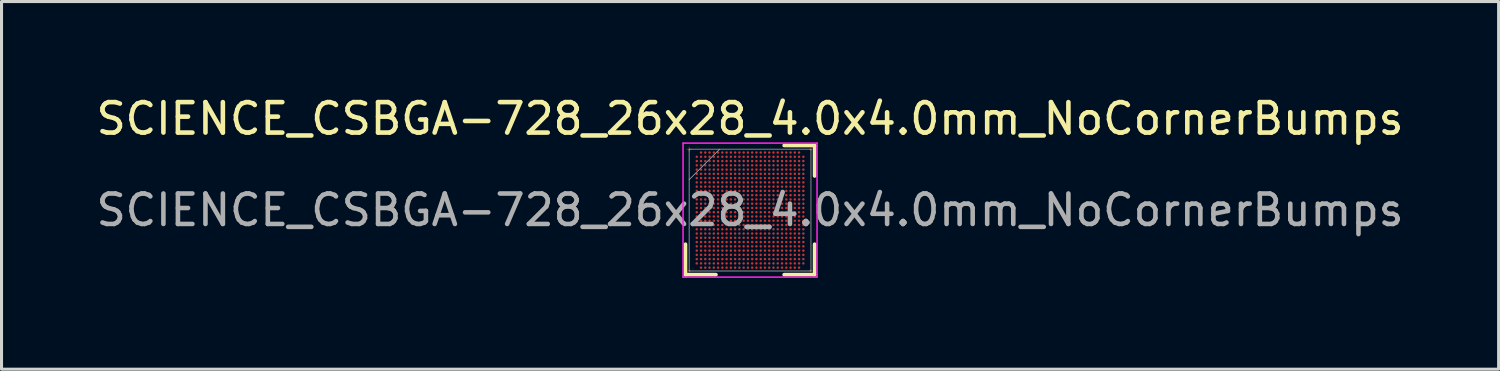
<source format=kicad_pcb>
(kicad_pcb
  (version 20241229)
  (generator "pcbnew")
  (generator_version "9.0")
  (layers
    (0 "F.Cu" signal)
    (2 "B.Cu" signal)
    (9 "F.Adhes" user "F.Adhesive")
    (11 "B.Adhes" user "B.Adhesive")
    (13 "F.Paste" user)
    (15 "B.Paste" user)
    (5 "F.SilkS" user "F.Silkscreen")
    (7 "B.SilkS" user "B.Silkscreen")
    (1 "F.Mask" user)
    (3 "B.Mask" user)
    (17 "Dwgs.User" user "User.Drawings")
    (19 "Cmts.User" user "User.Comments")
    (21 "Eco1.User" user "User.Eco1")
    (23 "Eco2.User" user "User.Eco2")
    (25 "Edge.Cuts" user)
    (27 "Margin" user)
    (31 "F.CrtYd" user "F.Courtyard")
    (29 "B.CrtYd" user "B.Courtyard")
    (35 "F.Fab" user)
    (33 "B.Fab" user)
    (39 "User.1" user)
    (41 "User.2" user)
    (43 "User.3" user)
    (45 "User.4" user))
  (footprint "SCIENCE_CSBGA-728_26x28_4.0x4.0mm_NoCornerBumps"
    (layer "F.Cu")
    (at 21.577 3.848)
    (property "Reference" "SCIENCE_CSBGA-728_26x28_4.0x4.0mm_NoCornerBumps" (at 0 -3 0) (layer "F.SilkS") (effects (font (size 1 1) (thickness 0.15))))
    (attr smd)
    (fp_rect (start -2.08 -2.01) (end -1.92 -1.99) (stroke (width 0) (type solid)) (fill yes) (layer "F.Cu"))
    (fp_rect (start -2.05 1.99) (end -1.95 2.01) (stroke (width 0) (type solid)) (fill yes) (layer "F.Cu"))
    (fp_rect (start -2.01 -2.08) (end -1.99 -1.92) (stroke (width 0) (type solid)) (fill yes) (layer "F.Cu"))
    (fp_rect (start -2.01 1.95) (end -1.99 2.05) (stroke (width 0) (type solid)) (fill yes) (layer "F.Cu"))
    (fp_rect (start 1.95 -2.01) (end 2.05 -1.99) (stroke (width 0) (type solid)) (fill yes) (layer "F.Cu"))
    (fp_rect (start 1.95 1.99) (end 2.05 2.01) (stroke (width 0) (type solid)) (fill yes) (layer "F.Cu"))
    (fp_rect (start 1.99 -2.05) (end 2.01 -1.95) (stroke (width 0) (type solid)) (fill yes) (layer "F.Cu"))
    (fp_rect (start 1.99 1.95) (end 2.01 2.05) (stroke (width 0) (type solid)) (fill yes) (layer "F.Cu"))
    (fp_line (start -2.12 2.12) (end -2.12 1.12) (stroke (width 0.12) (type default)) (layer "F.SilkS"))
    (fp_line (start -1.12 2.12) (end -2.12 2.12) (stroke (width 0.12) (type default)) (layer "F.SilkS"))
    (fp_line (start 1.12 -2.12) (end 2.12 -2.12) (stroke (width 0.12) (type default)) (layer "F.SilkS"))
    (fp_line (start 1.12 2.12) (end 2.12 2.12) (stroke (width 0.12) (type default)) (layer "F.SilkS"))
    (fp_line (start 2.12 -2.12) (end 2.12 -1.12) (stroke (width 0.12) (type default)) (layer "F.SilkS"))
    (fp_line (start 2.12 2.12) (end 2.12 1.12) (stroke (width 0.12) (type default)) (layer "F.SilkS"))
    (fp_line (start -2.2 -2.2) (end 2.2 -2.2) (stroke (width 0.05) (type default)) (layer "F.CrtYd"))
    (fp_line (start -2.2 2.2) (end -2.2 -2.2) (stroke (width 0.05) (type default)) (layer "F.CrtYd"))
    (fp_line (start 2.2 -2.2) (end 2.2 2.2) (stroke (width 0.05) (type default)) (layer "F.CrtYd"))
    (fp_line (start 2.2 2.2) (end -2.2 2.2) (stroke (width 0.05) (type default)) (layer "F.CrtYd"))
    (fp_line (start -2 -2) (end -2 2) (stroke (width 0.025) (type default)) (layer "F.Fab"))
    (fp_line (start -2 2) (end 2 2) (stroke (width 0.025) (type default)) (layer "F.Fab"))
    (fp_line (start -1 -2) (end -2 -1) (stroke (width 0.025) (type default)) (layer "F.Fab"))
    (fp_line (start 2 -2) (end -2 -2) (stroke (width 0.025) (type default)) (layer "F.Fab"))
    (fp_line (start 2 2) (end 2 -2) (stroke (width 0.025) (type default)) (layer "F.Fab"))
    (fp_text user "${REFERENCE}" (at 0 0 0) (layer "F.Fab") (effects (font (size 1 1) (thickness 0.15))))
    (pad "A2" smd circle (at -1.61 -1.89) (size 0.08 0.08) (layers "F.Cu" "F.Mask" "F.Paste"))
    (pad "A3" smd circle (at -1.47 -1.89) (size 0.08 0.08) (layers "F.Cu" "F.Mask" "F.Paste"))
    (pad "A4" smd circle (at -1.33 -1.89) (size 0.08 0.08) (layers "F.Cu" "F.Mask" "F.Paste"))
    (pad "A5" smd circle (at -1.19 -1.89) (size 0.08 0.08) (layers "F.Cu" "F.Mask" "F.Paste"))
    (pad "A6" smd circle (at -1.05 -1.89) (size 0.08 0.08) (layers "F.Cu" "F.Mask" "F.Paste"))
    (pad "A7" smd circle (at -0.91 -1.89) (size 0.08 0.08) (layers "F.Cu" "F.Mask" "F.Paste"))
    (pad "A8" smd circle (at -0.77 -1.89) (size 0.08 0.08) (layers "F.Cu" "F.Mask" "F.Paste"))
    (pad "A9" smd circle (at -0.63 -1.89) (size 0.08 0.08) (layers "F.Cu" "F.Mask" "F.Paste"))
    (pad "A10" smd circle (at -0.49 -1.89) (size 0.08 0.08) (layers "F.Cu" "F.Mask" "F.Paste"))
    (pad "A11" smd circle (at -0.35 -1.89) (size 0.08 0.08) (layers "F.Cu" "F.Mask" "F.Paste"))
    (pad "A12" smd circle (at -0.21 -1.89) (size 0.08 0.08) (layers "F.Cu" "F.Mask" "F.Paste"))
    (pad "A13" smd circle (at -0.07 -1.89) (size 0.08 0.08) (layers "F.Cu" "F.Mask" "F.Paste"))
    (pad "A14" smd circle (at 0.07 -1.89) (size 0.08 0.08) (layers "F.Cu" "F.Mask" "F.Paste"))
    (pad "A15" smd circle (at 0.21 -1.89) (size 0.08 0.08) (layers "F.Cu" "F.Mask" "F.Paste"))
    (pad "A16" smd circle (at 0.35 -1.89) (size 0.08 0.08) (layers "F.Cu" "F.Mask" "F.Paste"))
    (pad "A17" smd circle (at 0.49 -1.89) (size 0.08 0.08) (layers "F.Cu" "F.Mask" "F.Paste"))
    (pad "A18" smd circle (at 0.63 -1.89) (size 0.08 0.08) (layers "F.Cu" "F.Mask" "F.Paste"))
    (pad "A19" smd circle (at 0.77 -1.89) (size 0.08 0.08) (layers "F.Cu" "F.Mask" "F.Paste"))
    (pad "A20" smd circle (at 0.91 -1.89) (size 0.08 0.08) (layers "F.Cu" "F.Mask" "F.Paste"))
    (pad "A21" smd circle (at 1.05 -1.89) (size 0.08 0.08) (layers "F.Cu" "F.Mask" "F.Paste"))
    (pad "A22" smd circle (at 1.19 -1.89) (size 0.08 0.08) (layers "F.Cu" "F.Mask" "F.Paste"))
    (pad "A23" smd circle (at 1.33 -1.89) (size 0.08 0.08) (layers "F.Cu" "F.Mask" "F.Paste"))
    (pad "A24" smd circle (at 1.47 -1.89) (size 0.08 0.08) (layers "F.Cu" "F.Mask" "F.Paste"))
    (pad "A25" smd circle (at 1.61 -1.89) (size 0.08 0.08) (layers "F.Cu" "F.Mask" "F.Paste"))
    (pad "AA1" smd circle (at -1.75 0.91) (size 0.08 0.08) (layers "F.Cu" "F.Mask" "F.Paste"))
    (pad "AA2" smd circle (at -1.61 0.91) (size 0.08 0.08) (layers "F.Cu" "F.Mask" "F.Paste"))
    (pad "AA3" smd circle (at -1.47 0.91) (size 0.08 0.08) (layers "F.Cu" "F.Mask" "F.Paste"))
    (pad "AA4" smd circle (at -1.33 0.91) (size 0.08 0.08) (layers "F.Cu" "F.Mask" "F.Paste"))
    (pad "AA5" smd circle (at -1.19 0.91) (size 0.08 0.08) (layers "F.Cu" "F.Mask" "F.Paste"))
    (pad "AA6" smd circle (at -1.05 0.91) (size 0.08 0.08) (layers "F.Cu" "F.Mask" "F.Paste"))
    (pad "AA7" smd circle (at -0.91 0.91) (size 0.08 0.08) (layers "F.Cu" "F.Mask" "F.Paste"))
    (pad "AA8" smd circle (at -0.77 0.91) (size 0.08 0.08) (layers "F.Cu" "F.Mask" "F.Paste"))
    (pad "AA9" smd circle (at -0.63 0.91) (size 0.08 0.08) (layers "F.Cu" "F.Mask" "F.Paste"))
    (pad "AA10" smd circle (at -0.49 0.91) (size 0.08 0.08) (layers "F.Cu" "F.Mask" "F.Paste"))
    (pad "AA11" smd circle (at -0.35 0.91) (size 0.08 0.08) (layers "F.Cu" "F.Mask" "F.Paste"))
    (pad "AA12" smd circle (at -0.21 0.91) (size 0.08 0.08) (layers "F.Cu" "F.Mask" "F.Paste"))
    (pad "AA13" smd circle (at -0.07 0.91) (size 0.08 0.08) (layers "F.Cu" "F.Mask" "F.Paste"))
    (pad "AA14" smd circle (at 0.07 0.91) (size 0.08 0.08) (layers "F.Cu" "F.Mask" "F.Paste"))
    (pad "AA15" smd circle (at 0.21 0.91) (size 0.08 0.08) (layers "F.Cu" "F.Mask" "F.Paste"))
    (pad "AA16" smd circle (at 0.35 0.91) (size 0.08 0.08) (layers "F.Cu" "F.Mask" "F.Paste"))
    (pad "AA17" smd circle (at 0.49 0.91) (size 0.08 0.08) (layers "F.Cu" "F.Mask" "F.Paste"))
    (pad "AA18" smd circle (at 0.63 0.91) (size 0.08 0.08) (layers "F.Cu" "F.Mask" "F.Paste"))
    (pad "AA19" smd circle (at 0.77 0.91) (size 0.08 0.08) (layers "F.Cu" "F.Mask" "F.Paste"))
    (pad "AA20" smd circle (at 0.91 0.91) (size 0.08 0.08) (layers "F.Cu" "F.Mask" "F.Paste"))
    (pad "AA21" smd circle (at 1.05 0.91) (size 0.08 0.08) (layers "F.Cu" "F.Mask" "F.Paste"))
    (pad "AA22" smd circle (at 1.19 0.91) (size 0.08 0.08) (layers "F.Cu" "F.Mask" "F.Paste"))
    (pad "AA23" smd circle (at 1.33 0.91) (size 0.08 0.08) (layers "F.Cu" "F.Mask" "F.Paste"))
    (pad "AA24" smd circle (at 1.47 0.91) (size 0.08 0.08) (layers "F.Cu" "F.Mask" "F.Paste"))
    (pad "AA25" smd circle (at 1.61 0.91) (size 0.08 0.08) (layers "F.Cu" "F.Mask" "F.Paste"))
    (pad "AA26" smd circle (at 1.75 0.91) (size 0.08 0.08) (layers "F.Cu" "F.Mask" "F.Paste"))
    (pad "AB1" smd circle (at -1.75 1.05) (size 0.08 0.08) (layers "F.Cu" "F.Mask" "F.Paste"))
    (pad "AB2" smd circle (at -1.61 1.05) (size 0.08 0.08) (layers "F.Cu" "F.Mask" "F.Paste"))
    (pad "AB3" smd circle (at -1.47 1.05) (size 0.08 0.08) (layers "F.Cu" "F.Mask" "F.Paste"))
    (pad "AB4" smd circle (at -1.33 1.05) (size 0.08 0.08) (layers "F.Cu" "F.Mask" "F.Paste"))
    (pad "AB5" smd circle (at -1.19 1.05) (size 0.08 0.08) (layers "F.Cu" "F.Mask" "F.Paste"))
    (pad "AB6" smd circle (at -1.05 1.05) (size 0.08 0.08) (layers "F.Cu" "F.Mask" "F.Paste"))
    (pad "AB7" smd circle (at -0.91 1.05) (size 0.08 0.08) (layers "F.Cu" "F.Mask" "F.Paste"))
    (pad "AB8" smd circle (at -0.77 1.05) (size 0.08 0.08) (layers "F.Cu" "F.Mask" "F.Paste"))
    (pad "AB9" smd circle (at -0.63 1.05) (size 0.08 0.08) (layers "F.Cu" "F.Mask" "F.Paste"))
    (pad "AB10" smd circle (at -0.49 1.05) (size 0.08 0.08) (layers "F.Cu" "F.Mask" "F.Paste"))
    (pad "AB11" smd circle (at -0.35 1.05) (size 0.08 0.08) (layers "F.Cu" "F.Mask" "F.Paste"))
    (pad "AB12" smd circle (at -0.21 1.05) (size 0.08 0.08) (layers "F.Cu" "F.Mask" "F.Paste"))
    (pad "AB13" smd circle (at -0.07 1.05) (size 0.08 0.08) (layers "F.Cu" "F.Mask" "F.Paste"))
    (pad "AB14" smd circle (at 0.07 1.05) (size 0.08 0.08) (layers "F.Cu" "F.Mask" "F.Paste"))
    (pad "AB15" smd circle (at 0.21 1.05) (size 0.08 0.08) (layers "F.Cu" "F.Mask" "F.Paste"))
    (pad "AB16" smd circle (at 0.35 1.05) (size 0.08 0.08) (layers "F.Cu" "F.Mask" "F.Paste"))
    (pad "AB17" smd circle (at 0.49 1.05) (size 0.08 0.08) (layers "F.Cu" "F.Mask" "F.Paste"))
    (pad "AB18" smd circle (at 0.63 1.05) (size 0.08 0.08) (layers "F.Cu" "F.Mask" "F.Paste"))
    (pad "AB19" smd circle (at 0.77 1.05) (size 0.08 0.08) (layers "F.Cu" "F.Mask" "F.Paste"))
    (pad "AB20" smd circle (at 0.91 1.05) (size 0.08 0.08) (layers "F.Cu" "F.Mask" "F.Paste"))
    (pad "AB21" smd circle (at 1.05 1.05) (size 0.08 0.08) (layers "F.Cu" "F.Mask" "F.Paste"))
    (pad "AB22" smd circle (at 1.19 1.05) (size 0.08 0.08) (layers "F.Cu" "F.Mask" "F.Paste"))
    (pad "AB23" smd circle (at 1.33 1.05) (size 0.08 0.08) (layers "F.Cu" "F.Mask" "F.Paste"))
    (pad "AB24" smd circle (at 1.47 1.05) (size 0.08 0.08) (layers "F.Cu" "F.Mask" "F.Paste"))
    (pad "AB25" smd circle (at 1.61 1.05) (size 0.08 0.08) (layers "F.Cu" "F.Mask" "F.Paste"))
    (pad "AB26" smd circle (at 1.75 1.05) (size 0.08 0.08) (layers "F.Cu" "F.Mask" "F.Paste"))
    (pad "AC1" smd circle (at -1.75 1.19) (size 0.08 0.08) (layers "F.Cu" "F.Mask" "F.Paste"))
    (pad "AC2" smd circle (at -1.61 1.19) (size 0.08 0.08) (layers "F.Cu" "F.Mask" "F.Paste"))
    (pad "AC3" smd circle (at -1.47 1.19) (size 0.08 0.08) (layers "F.Cu" "F.Mask" "F.Paste"))
    (pad "AC4" smd circle (at -1.33 1.19) (size 0.08 0.08) (layers "F.Cu" "F.Mask" "F.Paste"))
    (pad "AC5" smd circle (at -1.19 1.19) (size 0.08 0.08) (layers "F.Cu" "F.Mask" "F.Paste"))
    (pad "AC6" smd circle (at -1.05 1.19) (size 0.08 0.08) (layers "F.Cu" "F.Mask" "F.Paste"))
    (pad "AC7" smd circle (at -0.91 1.19) (size 0.08 0.08) (layers "F.Cu" "F.Mask" "F.Paste"))
    (pad "AC8" smd circle (at -0.77 1.19) (size 0.08 0.08) (layers "F.Cu" "F.Mask" "F.Paste"))
    (pad "AC9" smd circle (at -0.63 1.19) (size 0.08 0.08) (layers "F.Cu" "F.Mask" "F.Paste"))
    (pad "AC10" smd circle (at -0.49 1.19) (size 0.08 0.08) (layers "F.Cu" "F.Mask" "F.Paste"))
    (pad "AC11" smd circle (at -0.35 1.19) (size 0.08 0.08) (layers "F.Cu" "F.Mask" "F.Paste"))
    (pad "AC12" smd circle (at -0.21 1.19) (size 0.08 0.08) (layers "F.Cu" "F.Mask" "F.Paste"))
    (pad "AC13" smd circle (at -0.07 1.19) (size 0.08 0.08) (layers "F.Cu" "F.Mask" "F.Paste"))
    (pad "AC14" smd circle (at 0.07 1.19) (size 0.08 0.08) (layers "F.Cu" "F.Mask" "F.Paste"))
    (pad "AC15" smd circle (at 0.21 1.19) (size 0.08 0.08) (layers "F.Cu" "F.Mask" "F.Paste"))
    (pad "AC16" smd circle (at 0.35 1.19) (size 0.08 0.08) (layers "F.Cu" "F.Mask" "F.Paste"))
    (pad "AC17" smd circle (at 0.49 1.19) (size 0.08 0.08) (layers "F.Cu" "F.Mask" "F.Paste"))
    (pad "AC18" smd circle (at 0.63 1.19) (size 0.08 0.08) (layers "F.Cu" "F.Mask" "F.Paste"))
    (pad "AC19" smd circle (at 0.77 1.19) (size 0.08 0.08) (layers "F.Cu" "F.Mask" "F.Paste"))
    (pad "AC20" smd circle (at 0.91 1.19) (size 0.08 0.08) (layers "F.Cu" "F.Mask" "F.Paste"))
    (pad "AC21" smd circle (at 1.05 1.19) (size 0.08 0.08) (layers "F.Cu" "F.Mask" "F.Paste"))
    (pad "AC22" smd circle (at 1.19 1.19) (size 0.08 0.08) (layers "F.Cu" "F.Mask" "F.Paste"))
    (pad "AC23" smd circle (at 1.33 1.19) (size 0.08 0.08) (layers "F.Cu" "F.Mask" "F.Paste"))
    (pad "AC24" smd circle (at 1.47 1.19) (size 0.08 0.08) (layers "F.Cu" "F.Mask" "F.Paste"))
    (pad "AC25" smd circle (at 1.61 1.19) (size 0.08 0.08) (layers "F.Cu" "F.Mask" "F.Paste"))
    (pad "AC26" smd circle (at 1.75 1.19) (size 0.08 0.08) (layers "F.Cu" "F.Mask" "F.Paste"))
    (pad "AD1" smd circle (at -1.75 1.33) (size 0.08 0.08) (layers "F.Cu" "F.Mask" "F.Paste"))
    (pad "AD2" smd circle (at -1.61 1.33) (size 0.08 0.08) (layers "F.Cu" "F.Mask" "F.Paste"))
    (pad "AD3" smd circle (at -1.47 1.33) (size 0.08 0.08) (layers "F.Cu" "F.Mask" "F.Paste"))
    (pad "AD4" smd circle (at -1.33 1.33) (size 0.08 0.08) (layers "F.Cu" "F.Mask" "F.Paste"))
    (pad "AD5" smd circle (at -1.19 1.33) (size 0.08 0.08) (layers "F.Cu" "F.Mask" "F.Paste"))
    (pad "AD6" smd circle (at -1.05 1.33) (size 0.08 0.08) (layers "F.Cu" "F.Mask" "F.Paste"))
    (pad "AD7" smd circle (at -0.91 1.33) (size 0.08 0.08) (layers "F.Cu" "F.Mask" "F.Paste"))
    (pad "AD8" smd circle (at -0.77 1.33) (size 0.08 0.08) (layers "F.Cu" "F.Mask" "F.Paste"))
    (pad "AD9" smd circle (at -0.63 1.33) (size 0.08 0.08) (layers "F.Cu" "F.Mask" "F.Paste"))
    (pad "AD10" smd circle (at -0.49 1.33) (size 0.08 0.08) (layers "F.Cu" "F.Mask" "F.Paste"))
    (pad "AD11" smd circle (at -0.35 1.33) (size 0.08 0.08) (layers "F.Cu" "F.Mask" "F.Paste"))
    (pad "AD12" smd circle (at -0.21 1.33) (size 0.08 0.08) (layers "F.Cu" "F.Mask" "F.Paste"))
    (pad "AD13" smd circle (at -0.07 1.33) (size 0.08 0.08) (layers "F.Cu" "F.Mask" "F.Paste"))
    (pad "AD14" smd circle (at 0.07 1.33) (size 0.08 0.08) (layers "F.Cu" "F.Mask" "F.Paste"))
    (pad "AD15" smd circle (at 0.21 1.33) (size 0.08 0.08) (layers "F.Cu" "F.Mask" "F.Paste"))
    (pad "AD16" smd circle (at 0.35 1.33) (size 0.08 0.08) (layers "F.Cu" "F.Mask" "F.Paste"))
    (pad "AD17" smd circle (at 0.49 1.33) (size 0.08 0.08) (layers "F.Cu" "F.Mask" "F.Paste"))
    (pad "AD18" smd circle (at 0.63 1.33) (size 0.08 0.08) (layers "F.Cu" "F.Mask" "F.Paste"))
    (pad "AD19" smd circle (at 0.77 1.33) (size 0.08 0.08) (layers "F.Cu" "F.Mask" "F.Paste"))
    (pad "AD20" smd circle (at 0.91 1.33) (size 0.08 0.08) (layers "F.Cu" "F.Mask" "F.Paste"))
    (pad "AD21" smd circle (at 1.05 1.33) (size 0.08 0.08) (layers "F.Cu" "F.Mask" "F.Paste"))
    (pad "AD22" smd circle (at 1.19 1.33) (size 0.08 0.08) (layers "F.Cu" "F.Mask" "F.Paste"))
    (pad "AD23" smd circle (at 1.33 1.33) (size 0.08 0.08) (layers "F.Cu" "F.Mask" "F.Paste"))
    (pad "AD24" smd circle (at 1.47 1.33) (size 0.08 0.08) (layers "F.Cu" "F.Mask" "F.Paste"))
    (pad "AD25" smd circle (at 1.61 1.33) (size 0.08 0.08) (layers "F.Cu" "F.Mask" "F.Paste"))
    (pad "AD26" smd circle (at 1.75 1.33) (size 0.08 0.08) (layers "F.Cu" "F.Mask" "F.Paste"))
    (pad "AE1" smd circle (at -1.75 1.47) (size 0.08 0.08) (layers "F.Cu" "F.Mask" "F.Paste"))
    (pad "AE2" smd circle (at -1.61 1.47) (size 0.08 0.08) (layers "F.Cu" "F.Mask" "F.Paste"))
    (pad "AE3" smd circle (at -1.47 1.47) (size 0.08 0.08) (layers "F.Cu" "F.Mask" "F.Paste"))
    (pad "AE4" smd circle (at -1.33 1.47) (size 0.08 0.08) (layers "F.Cu" "F.Mask" "F.Paste"))
    (pad "AE5" smd circle (at -1.19 1.47) (size 0.08 0.08) (layers "F.Cu" "F.Mask" "F.Paste"))
    (pad "AE6" smd circle (at -1.05 1.47) (size 0.08 0.08) (layers "F.Cu" "F.Mask" "F.Paste"))
    (pad "AE7" smd circle (at -0.91 1.47) (size 0.08 0.08) (layers "F.Cu" "F.Mask" "F.Paste"))
    (pad "AE8" smd circle (at -0.77 1.47) (size 0.08 0.08) (layers "F.Cu" "F.Mask" "F.Paste"))
    (pad "AE9" smd circle (at -0.63 1.47) (size 0.08 0.08) (layers "F.Cu" "F.Mask" "F.Paste"))
    (pad "AE10" smd circle (at -0.49 1.47) (size 0.08 0.08) (layers "F.Cu" "F.Mask" "F.Paste"))
    (pad "AE11" smd circle (at -0.35 1.47) (size 0.08 0.08) (layers "F.Cu" "F.Mask" "F.Paste"))
    (pad "AE12" smd circle (at -0.21 1.47) (size 0.08 0.08) (layers "F.Cu" "F.Mask" "F.Paste"))
    (pad "AE13" smd circle (at -0.07 1.47) (size 0.08 0.08) (layers "F.Cu" "F.Mask" "F.Paste"))
    (pad "AE14" smd circle (at 0.07 1.47) (size 0.08 0.08) (layers "F.Cu" "F.Mask" "F.Paste"))
    (pad "AE15" smd circle (at 0.21 1.47) (size 0.08 0.08) (layers "F.Cu" "F.Mask" "F.Paste"))
    (pad "AE16" smd circle (at 0.35 1.47) (size 0.08 0.08) (layers "F.Cu" "F.Mask" "F.Paste"))
    (pad "AE17" smd circle (at 0.49 1.47) (size 0.08 0.08) (layers "F.Cu" "F.Mask" "F.Paste"))
    (pad "AE18" smd circle (at 0.63 1.47) (size 0.08 0.08) (layers "F.Cu" "F.Mask" "F.Paste"))
    (pad "AE19" smd circle (at 0.77 1.47) (size 0.08 0.08) (layers "F.Cu" "F.Mask" "F.Paste"))
    (pad "AE20" smd circle (at 0.91 1.47) (size 0.08 0.08) (layers "F.Cu" "F.Mask" "F.Paste"))
    (pad "AE21" smd circle (at 1.05 1.47) (size 0.08 0.08) (layers "F.Cu" "F.Mask" "F.Paste"))
    (pad "AE22" smd circle (at 1.19 1.47) (size 0.08 0.08) (layers "F.Cu" "F.Mask" "F.Paste"))
    (pad "AE23" smd circle (at 1.33 1.47) (size 0.08 0.08) (layers "F.Cu" "F.Mask" "F.Paste"))
    (pad "AE24" smd circle (at 1.47 1.47) (size 0.08 0.08) (layers "F.Cu" "F.Mask" "F.Paste"))
    (pad "AE25" smd circle (at 1.61 1.47) (size 0.08 0.08) (layers "F.Cu" "F.Mask" "F.Paste"))
    (pad "AE26" smd circle (at 1.75 1.47) (size 0.08 0.08) (layers "F.Cu" "F.Mask" "F.Paste"))
    (pad "AF1" smd circle (at -1.75 1.61) (size 0.08 0.08) (layers "F.Cu" "F.Mask" "F.Paste"))
    (pad "AF2" smd circle (at -1.61 1.61) (size 0.08 0.08) (layers "F.Cu" "F.Mask" "F.Paste"))
    (pad "AF3" smd circle (at -1.47 1.61) (size 0.08 0.08) (layers "F.Cu" "F.Mask" "F.Paste"))
    (pad "AF4" smd circle (at -1.33 1.61) (size 0.08 0.08) (layers "F.Cu" "F.Mask" "F.Paste"))
    (pad "AF5" smd circle (at -1.19 1.61) (size 0.08 0.08) (layers "F.Cu" "F.Mask" "F.Paste"))
    (pad "AF6" smd circle (at -1.05 1.61) (size 0.08 0.08) (layers "F.Cu" "F.Mask" "F.Paste"))
    (pad "AF7" smd circle (at -0.91 1.61) (size 0.08 0.08) (layers "F.Cu" "F.Mask" "F.Paste"))
    (pad "AF8" smd circle (at -0.77 1.61) (size 0.08 0.08) (layers "F.Cu" "F.Mask" "F.Paste"))
    (pad "AF9" smd circle (at -0.63 1.61) (size 0.08 0.08) (layers "F.Cu" "F.Mask" "F.Paste"))
    (pad "AF10" smd circle (at -0.49 1.61) (size 0.08 0.08) (layers "F.Cu" "F.Mask" "F.Paste"))
    (pad "AF11" smd circle (at -0.35 1.61) (size 0.08 0.08) (layers "F.Cu" "F.Mask" "F.Paste"))
    (pad "AF12" smd circle (at -0.21 1.61) (size 0.08 0.08) (layers "F.Cu" "F.Mask" "F.Paste"))
    (pad "AF13" smd circle (at -0.07 1.61) (size 0.08 0.08) (layers "F.Cu" "F.Mask" "F.Paste"))
    (pad "AF14" smd circle (at 0.07 1.61) (size 0.08 0.08) (layers "F.Cu" "F.Mask" "F.Paste"))
    (pad "AF15" smd circle (at 0.21 1.61) (size 0.08 0.08) (layers "F.Cu" "F.Mask" "F.Paste"))
    (pad "AF16" smd circle (at 0.35 1.61) (size 0.08 0.08) (layers "F.Cu" "F.Mask" "F.Paste"))
    (pad "AF17" smd circle (at 0.49 1.61) (size 0.08 0.08) (layers "F.Cu" "F.Mask" "F.Paste"))
    (pad "AF18" smd circle (at 0.63 1.61) (size 0.08 0.08) (layers "F.Cu" "F.Mask" "F.Paste"))
    (pad "AF19" smd circle (at 0.77 1.61) (size 0.08 0.08) (layers "F.Cu" "F.Mask" "F.Paste"))
    (pad "AF20" smd circle (at 0.91 1.61) (size 0.08 0.08) (layers "F.Cu" "F.Mask" "F.Paste"))
    (pad "AF21" smd circle (at 1.05 1.61) (size 0.08 0.08) (layers "F.Cu" "F.Mask" "F.Paste"))
    (pad "AF22" smd circle (at 1.19 1.61) (size 0.08 0.08) (layers "F.Cu" "F.Mask" "F.Paste"))
    (pad "AF23" smd circle (at 1.33 1.61) (size 0.08 0.08) (layers "F.Cu" "F.Mask" "F.Paste"))
    (pad "AF24" smd circle (at 1.47 1.61) (size 0.08 0.08) (layers "F.Cu" "F.Mask" "F.Paste"))
    (pad "AF25" smd circle (at 1.61 1.61) (size 0.08 0.08) (layers "F.Cu" "F.Mask" "F.Paste"))
    (pad "AF26" smd circle (at 1.75 1.61) (size 0.08 0.08) (layers "F.Cu" "F.Mask" "F.Paste"))
    (pad "AG1" smd circle (at -1.75 1.75) (size 0.08 0.08) (layers "F.Cu" "F.Mask" "F.Paste"))
    (pad "AG2" smd circle (at -1.61 1.75) (size 0.08 0.08) (layers "F.Cu" "F.Mask" "F.Paste"))
    (pad "AG3" smd circle (at -1.47 1.75) (size 0.08 0.08) (layers "F.Cu" "F.Mask" "F.Paste"))
    (pad "AG4" smd circle (at -1.33 1.75) (size 0.08 0.08) (layers "F.Cu" "F.Mask" "F.Paste"))
    (pad "AG5" smd circle (at -1.19 1.75) (size 0.08 0.08) (layers "F.Cu" "F.Mask" "F.Paste"))
    (pad "AG6" smd circle (at -1.05 1.75) (size 0.08 0.08) (layers "F.Cu" "F.Mask" "F.Paste"))
    (pad "AG7" smd circle (at -0.91 1.75) (size 0.08 0.08) (layers "F.Cu" "F.Mask" "F.Paste"))
    (pad "AG8" smd circle (at -0.77 1.75) (size 0.08 0.08) (layers "F.Cu" "F.Mask" "F.Paste"))
    (pad "AG9" smd circle (at -0.63 1.75) (size 0.08 0.08) (layers "F.Cu" "F.Mask" "F.Paste"))
    (pad "AG10" smd circle (at -0.49 1.75) (size 0.08 0.08) (layers "F.Cu" "F.Mask" "F.Paste"))
    (pad "AG11" smd circle (at -0.35 1.75) (size 0.08 0.08) (layers "F.Cu" "F.Mask" "F.Paste"))
    (pad "AG12" smd circle (at -0.21 1.75) (size 0.08 0.08) (layers "F.Cu" "F.Mask" "F.Paste"))
    (pad "AG13" smd circle (at -0.07 1.75) (size 0.08 0.08) (layers "F.Cu" "F.Mask" "F.Paste"))
    (pad "AG14" smd circle (at 0.07 1.75) (size 0.08 0.08) (layers "F.Cu" "F.Mask" "F.Paste"))
    (pad "AG15" smd circle (at 0.21 1.75) (size 0.08 0.08) (layers "F.Cu" "F.Mask" "F.Paste"))
    (pad "AG16" smd circle (at 0.35 1.75) (size 0.08 0.08) (layers "F.Cu" "F.Mask" "F.Paste"))
    (pad "AG17" smd circle (at 0.49 1.75) (size 0.08 0.08) (layers "F.Cu" "F.Mask" "F.Paste"))
    (pad "AG18" smd circle (at 0.63 1.75) (size 0.08 0.08) (layers "F.Cu" "F.Mask" "F.Paste"))
    (pad "AG19" smd circle (at 0.77 1.75) (size 0.08 0.08) (layers "F.Cu" "F.Mask" "F.Paste"))
    (pad "AG20" smd circle (at 0.91 1.75) (size 0.08 0.08) (layers "F.Cu" "F.Mask" "F.Paste"))
    (pad "AG21" smd circle (at 1.05 1.75) (size 0.08 0.08) (layers "F.Cu" "F.Mask" "F.Paste"))
    (pad "AG22" smd circle (at 1.19 1.75) (size 0.08 0.08) (layers "F.Cu" "F.Mask" "F.Paste"))
    (pad "AG23" smd circle (at 1.33 1.75) (size 0.08 0.08) (layers "F.Cu" "F.Mask" "F.Paste"))
    (pad "AG24" smd circle (at 1.47 1.75) (size 0.08 0.08) (layers "F.Cu" "F.Mask" "F.Paste"))
    (pad "AG25" smd circle (at 1.61 1.75) (size 0.08 0.08) (layers "F.Cu" "F.Mask" "F.Paste"))
    (pad "AG26" smd circle (at 1.75 1.75) (size 0.08 0.08) (layers "F.Cu" "F.Mask" "F.Paste"))
    (pad "AH2" smd circle (at -1.61 1.89) (size 0.08 0.08) (layers "F.Cu" "F.Mask" "F.Paste"))
    (pad "AH3" smd circle (at -1.47 1.89) (size 0.08 0.08) (layers "F.Cu" "F.Mask" "F.Paste"))
    (pad "AH4" smd circle (at -1.33 1.89) (size 0.08 0.08) (layers "F.Cu" "F.Mask" "F.Paste"))
    (pad "AH5" smd circle (at -1.19 1.89) (size 0.08 0.08) (layers "F.Cu" "F.Mask" "F.Paste"))
    (pad "AH6" smd circle (at -1.05 1.89) (size 0.08 0.08) (layers "F.Cu" "F.Mask" "F.Paste"))
    (pad "AH7" smd circle (at -0.91 1.89) (size 0.08 0.08) (layers "F.Cu" "F.Mask" "F.Paste"))
    (pad "AH8" smd circle (at -0.77 1.89) (size 0.08 0.08) (layers "F.Cu" "F.Mask" "F.Paste"))
    (pad "AH9" smd circle (at -0.63 1.89) (size 0.08 0.08) (layers "F.Cu" "F.Mask" "F.Paste"))
    (pad "AH10" smd circle (at -0.49 1.89) (size 0.08 0.08) (layers "F.Cu" "F.Mask" "F.Paste"))
    (pad "AH11" smd circle (at -0.35 1.89) (size 0.08 0.08) (layers "F.Cu" "F.Mask" "F.Paste"))
    (pad "AH12" smd circle (at -0.21 1.89) (size 0.08 0.08) (layers "F.Cu" "F.Mask" "F.Paste"))
    (pad "AH13" smd circle (at -0.07 1.89) (size 0.08 0.08) (layers "F.Cu" "F.Mask" "F.Paste"))
    (pad "AH14" smd circle (at 0.07 1.89) (size 0.08 0.08) (layers "F.Cu" "F.Mask" "F.Paste"))
    (pad "AH15" smd circle (at 0.21 1.89) (size 0.08 0.08) (layers "F.Cu" "F.Mask" "F.Paste"))
    (pad "AH16" smd circle (at 0.35 1.89) (size 0.08 0.08) (layers "F.Cu" "F.Mask" "F.Paste"))
    (pad "AH17" smd circle (at 0.49 1.89) (size 0.08 0.08) (layers "F.Cu" "F.Mask" "F.Paste"))
    (pad "AH18" smd circle (at 0.63 1.89) (size 0.08 0.08) (layers "F.Cu" "F.Mask" "F.Paste"))
    (pad "AH19" smd circle (at 0.77 1.89) (size 0.08 0.08) (layers "F.Cu" "F.Mask" "F.Paste"))
    (pad "AH20" smd circle (at 0.91 1.89) (size 0.08 0.08) (layers "F.Cu" "F.Mask" "F.Paste"))
    (pad "AH21" smd circle (at 1.05 1.89) (size 0.08 0.08) (layers "F.Cu" "F.Mask" "F.Paste"))
    (pad "AH22" smd circle (at 1.19 1.89) (size 0.08 0.08) (layers "F.Cu" "F.Mask" "F.Paste"))
    (pad "AH23" smd circle (at 1.33 1.89) (size 0.08 0.08) (layers "F.Cu" "F.Mask" "F.Paste"))
    (pad "AH24" smd circle (at 1.47 1.89) (size 0.08 0.08) (layers "F.Cu" "F.Mask" "F.Paste"))
    (pad "AH25" smd circle (at 1.61 1.89) (size 0.08 0.08) (layers "F.Cu" "F.Mask" "F.Paste"))
    (pad "B1" smd circle (at -1.75 -1.75) (size 0.08 0.08) (layers "F.Cu" "F.Mask" "F.Paste"))
    (pad "B2" smd circle (at -1.61 -1.75) (size 0.08 0.08) (layers "F.Cu" "F.Mask" "F.Paste"))
    (pad "B3" smd circle (at -1.47 -1.75) (size 0.08 0.08) (layers "F.Cu" "F.Mask" "F.Paste"))
    (pad "B4" smd circle (at -1.33 -1.75) (size 0.08 0.08) (layers "F.Cu" "F.Mask" "F.Paste"))
    (pad "B5" smd circle (at -1.19 -1.75) (size 0.08 0.08) (layers "F.Cu" "F.Mask" "F.Paste"))
    (pad "B6" smd circle (at -1.05 -1.75) (size 0.08 0.08) (layers "F.Cu" "F.Mask" "F.Paste"))
    (pad "B7" smd circle (at -0.91 -1.75) (size 0.08 0.08) (layers "F.Cu" "F.Mask" "F.Paste"))
    (pad "B8" smd circle (at -0.77 -1.75) (size 0.08 0.08) (layers "F.Cu" "F.Mask" "F.Paste"))
    (pad "B9" smd circle (at -0.63 -1.75) (size 0.08 0.08) (layers "F.Cu" "F.Mask" "F.Paste"))
    (pad "B10" smd circle (at -0.49 -1.75) (size 0.08 0.08) (layers "F.Cu" "F.Mask" "F.Paste"))
    (pad "B11" smd circle (at -0.35 -1.75) (size 0.08 0.08) (layers "F.Cu" "F.Mask" "F.Paste"))
    (pad "B12" smd circle (at -0.21 -1.75) (size 0.08 0.08) (layers "F.Cu" "F.Mask" "F.Paste"))
    (pad "B13" smd circle (at -0.07 -1.75) (size 0.08 0.08) (layers "F.Cu" "F.Mask" "F.Paste"))
    (pad "B14" smd circle (at 0.07 -1.75) (size 0.08 0.08) (layers "F.Cu" "F.Mask" "F.Paste"))
    (pad "B15" smd circle (at 0.21 -1.75) (size 0.08 0.08) (layers "F.Cu" "F.Mask" "F.Paste"))
    (pad "B16" smd circle (at 0.35 -1.75) (size 0.08 0.08) (layers "F.Cu" "F.Mask" "F.Paste"))
    (pad "B17" smd circle (at 0.49 -1.75) (size 0.08 0.08) (layers "F.Cu" "F.Mask" "F.Paste"))
    (pad "B18" smd circle (at 0.63 -1.75) (size 0.08 0.08) (layers "F.Cu" "F.Mask" "F.Paste"))
    (pad "B19" smd circle (at 0.77 -1.75) (size 0.08 0.08) (layers "F.Cu" "F.Mask" "F.Paste"))
    (pad "B20" smd circle (at 0.91 -1.75) (size 0.08 0.08) (layers "F.Cu" "F.Mask" "F.Paste"))
    (pad "B21" smd circle (at 1.05 -1.75) (size 0.08 0.08) (layers "F.Cu" "F.Mask" "F.Paste"))
    (pad "B22" smd circle (at 1.19 -1.75) (size 0.08 0.08) (layers "F.Cu" "F.Mask" "F.Paste"))
    (pad "B23" smd circle (at 1.33 -1.75) (size 0.08 0.08) (layers "F.Cu" "F.Mask" "F.Paste"))
    (pad "B24" smd circle (at 1.47 -1.75) (size 0.08 0.08) (layers "F.Cu" "F.Mask" "F.Paste"))
    (pad "B25" smd circle (at 1.61 -1.75) (size 0.08 0.08) (layers "F.Cu" "F.Mask" "F.Paste"))
    (pad "B26" smd circle (at 1.75 -1.75) (size 0.08 0.08) (layers "F.Cu" "F.Mask" "F.Paste"))
    (pad "C1" smd circle (at -1.75 -1.61) (size 0.08 0.08) (layers "F.Cu" "F.Mask" "F.Paste"))
    (pad "C2" smd circle (at -1.61 -1.61) (size 0.08 0.08) (layers "F.Cu" "F.Mask" "F.Paste"))
    (pad "C3" smd circle (at -1.47 -1.61) (size 0.08 0.08) (layers "F.Cu" "F.Mask" "F.Paste"))
    (pad "C4" smd circle (at -1.33 -1.61) (size 0.08 0.08) (layers "F.Cu" "F.Mask" "F.Paste"))
    (pad "C5" smd circle (at -1.19 -1.61) (size 0.08 0.08) (layers "F.Cu" "F.Mask" "F.Paste"))
    (pad "C6" smd circle (at -1.05 -1.61) (size 0.08 0.08) (layers "F.Cu" "F.Mask" "F.Paste"))
    (pad "C7" smd circle (at -0.91 -1.61) (size 0.08 0.08) (layers "F.Cu" "F.Mask" "F.Paste"))
    (pad "C8" smd circle (at -0.77 -1.61) (size 0.08 0.08) (layers "F.Cu" "F.Mask" "F.Paste"))
    (pad "C9" smd circle (at -0.63 -1.61) (size 0.08 0.08) (layers "F.Cu" "F.Mask" "F.Paste"))
    (pad "C10" smd circle (at -0.49 -1.61) (size 0.08 0.08) (layers "F.Cu" "F.Mask" "F.Paste"))
    (pad "C11" smd circle (at -0.35 -1.61) (size 0.08 0.08) (layers "F.Cu" "F.Mask" "F.Paste"))
    (pad "C12" smd circle (at -0.21 -1.61) (size 0.08 0.08) (layers "F.Cu" "F.Mask" "F.Paste"))
    (pad "C13" smd circle (at -0.07 -1.61) (size 0.08 0.08) (layers "F.Cu" "F.Mask" "F.Paste"))
    (pad "C14" smd circle (at 0.07 -1.61) (size 0.08 0.08) (layers "F.Cu" "F.Mask" "F.Paste"))
    (pad "C15" smd circle (at 0.21 -1.61) (size 0.08 0.08) (layers "F.Cu" "F.Mask" "F.Paste"))
    (pad "C16" smd circle (at 0.35 -1.61) (size 0.08 0.08) (layers "F.Cu" "F.Mask" "F.Paste"))
    (pad "C17" smd circle (at 0.49 -1.61) (size 0.08 0.08) (layers "F.Cu" "F.Mask" "F.Paste"))
    (pad "C18" smd circle (at 0.63 -1.61) (size 0.08 0.08) (layers "F.Cu" "F.Mask" "F.Paste"))
    (pad "C19" smd circle (at 0.77 -1.61) (size 0.08 0.08) (layers "F.Cu" "F.Mask" "F.Paste"))
    (pad "C20" smd circle (at 0.91 -1.61) (size 0.08 0.08) (layers "F.Cu" "F.Mask" "F.Paste"))
    (pad "C21" smd circle (at 1.05 -1.61) (size 0.08 0.08) (layers "F.Cu" "F.Mask" "F.Paste"))
    (pad "C22" smd circle (at 1.19 -1.61) (size 0.08 0.08) (layers "F.Cu" "F.Mask" "F.Paste"))
    (pad "C23" smd circle (at 1.33 -1.61) (size 0.08 0.08) (layers "F.Cu" "F.Mask" "F.Paste"))
    (pad "C24" smd circle (at 1.47 -1.61) (size 0.08 0.08) (layers "F.Cu" "F.Mask" "F.Paste"))
    (pad "C25" smd circle (at 1.61 -1.61) (size 0.08 0.08) (layers "F.Cu" "F.Mask" "F.Paste"))
    (pad "C26" smd circle (at 1.75 -1.61) (size 0.08 0.08) (layers "F.Cu" "F.Mask" "F.Paste"))
    (pad "D1" smd circle (at -1.75 -1.47) (size 0.08 0.08) (layers "F.Cu" "F.Mask" "F.Paste"))
    (pad "D2" smd circle (at -1.61 -1.47) (size 0.08 0.08) (layers "F.Cu" "F.Mask" "F.Paste"))
    (pad "D3" smd circle (at -1.47 -1.47) (size 0.08 0.08) (layers "F.Cu" "F.Mask" "F.Paste"))
    (pad "D4" smd circle (at -1.33 -1.47) (size 0.08 0.08) (layers "F.Cu" "F.Mask" "F.Paste"))
    (pad "D5" smd circle (at -1.19 -1.47) (size 0.08 0.08) (layers "F.Cu" "F.Mask" "F.Paste"))
    (pad "D6" smd circle (at -1.05 -1.47) (size 0.08 0.08) (layers "F.Cu" "F.Mask" "F.Paste"))
    (pad "D7" smd circle (at -0.91 -1.47) (size 0.08 0.08) (layers "F.Cu" "F.Mask" "F.Paste"))
    (pad "D8" smd circle (at -0.77 -1.47) (size 0.08 0.08) (layers "F.Cu" "F.Mask" "F.Paste"))
    (pad "D9" smd circle (at -0.63 -1.47) (size 0.08 0.08) (layers "F.Cu" "F.Mask" "F.Paste"))
    (pad "D10" smd circle (at -0.49 -1.47) (size 0.08 0.08) (layers "F.Cu" "F.Mask" "F.Paste"))
    (pad "D11" smd circle (at -0.35 -1.47) (size 0.08 0.08) (layers "F.Cu" "F.Mask" "F.Paste"))
    (pad "D12" smd circle (at -0.21 -1.47) (size 0.08 0.08) (layers "F.Cu" "F.Mask" "F.Paste"))
    (pad "D13" smd circle (at -0.07 -1.47) (size 0.08 0.08) (layers "F.Cu" "F.Mask" "F.Paste"))
    (pad "D14" smd circle (at 0.07 -1.47) (size 0.08 0.08) (layers "F.Cu" "F.Mask" "F.Paste"))
    (pad "D15" smd circle (at 0.21 -1.47) (size 0.08 0.08) (layers "F.Cu" "F.Mask" "F.Paste"))
    (pad "D16" smd circle (at 0.35 -1.47) (size 0.08 0.08) (layers "F.Cu" "F.Mask" "F.Paste"))
    (pad "D17" smd circle (at 0.49 -1.47) (size 0.08 0.08) (layers "F.Cu" "F.Mask" "F.Paste"))
    (pad "D18" smd circle (at 0.63 -1.47) (size 0.08 0.08) (layers "F.Cu" "F.Mask" "F.Paste"))
    (pad "D19" smd circle (at 0.77 -1.47) (size 0.08 0.08) (layers "F.Cu" "F.Mask" "F.Paste"))
    (pad "D20" smd circle (at 0.91 -1.47) (size 0.08 0.08) (layers "F.Cu" "F.Mask" "F.Paste"))
    (pad "D21" smd circle (at 1.05 -1.47) (size 0.08 0.08) (layers "F.Cu" "F.Mask" "F.Paste"))
    (pad "D22" smd circle (at 1.19 -1.47) (size 0.08 0.08) (layers "F.Cu" "F.Mask" "F.Paste"))
    (pad "D23" smd circle (at 1.33 -1.47) (size 0.08 0.08) (layers "F.Cu" "F.Mask" "F.Paste"))
    (pad "D24" smd circle (at 1.47 -1.47) (size 0.08 0.08) (layers "F.Cu" "F.Mask" "F.Paste"))
    (pad "D25" smd circle (at 1.61 -1.47) (size 0.08 0.08) (layers "F.Cu" "F.Mask" "F.Paste"))
    (pad "D26" smd circle (at 1.75 -1.47) (size 0.08 0.08) (layers "F.Cu" "F.Mask" "F.Paste"))
    (pad "E1" smd circle (at -1.75 -1.33) (size 0.08 0.08) (layers "F.Cu" "F.Mask" "F.Paste"))
    (pad "E2" smd circle (at -1.61 -1.33) (size 0.08 0.08) (layers "F.Cu" "F.Mask" "F.Paste"))
    (pad "E3" smd circle (at -1.47 -1.33) (size 0.08 0.08) (layers "F.Cu" "F.Mask" "F.Paste"))
    (pad "E4" smd circle (at -1.33 -1.33) (size 0.08 0.08) (layers "F.Cu" "F.Mask" "F.Paste"))
    (pad "E5" smd circle (at -1.19 -1.33) (size 0.08 0.08) (layers "F.Cu" "F.Mask" "F.Paste"))
    (pad "E6" smd circle (at -1.05 -1.33) (size 0.08 0.08) (layers "F.Cu" "F.Mask" "F.Paste"))
    (pad "E7" smd circle (at -0.91 -1.33) (size 0.08 0.08) (layers "F.Cu" "F.Mask" "F.Paste"))
    (pad "E8" smd circle (at -0.77 -1.33) (size 0.08 0.08) (layers "F.Cu" "F.Mask" "F.Paste"))
    (pad "E9" smd circle (at -0.63 -1.33) (size 0.08 0.08) (layers "F.Cu" "F.Mask" "F.Paste"))
    (pad "E10" smd circle (at -0.49 -1.33) (size 0.08 0.08) (layers "F.Cu" "F.Mask" "F.Paste"))
    (pad "E11" smd circle (at -0.35 -1.33) (size 0.08 0.08) (layers "F.Cu" "F.Mask" "F.Paste"))
    (pad "E12" smd circle (at -0.21 -1.33) (size 0.08 0.08) (layers "F.Cu" "F.Mask" "F.Paste"))
    (pad "E13" smd circle (at -0.07 -1.33) (size 0.08 0.08) (layers "F.Cu" "F.Mask" "F.Paste"))
    (pad "E14" smd circle (at 0.07 -1.33) (size 0.08 0.08) (layers "F.Cu" "F.Mask" "F.Paste"))
    (pad "E15" smd circle (at 0.21 -1.33) (size 0.08 0.08) (layers "F.Cu" "F.Mask" "F.Paste"))
    (pad "E16" smd circle (at 0.35 -1.33) (size 0.08 0.08) (layers "F.Cu" "F.Mask" "F.Paste"))
    (pad "E17" smd circle (at 0.49 -1.33) (size 0.08 0.08) (layers "F.Cu" "F.Mask" "F.Paste"))
    (pad "E18" smd circle (at 0.63 -1.33) (size 0.08 0.08) (layers "F.Cu" "F.Mask" "F.Paste"))
    (pad "E19" smd circle (at 0.77 -1.33) (size 0.08 0.08) (layers "F.Cu" "F.Mask" "F.Paste"))
    (pad "E20" smd circle (at 0.91 -1.33) (size 0.08 0.08) (layers "F.Cu" "F.Mask" "F.Paste"))
    (pad "E21" smd circle (at 1.05 -1.33) (size 0.08 0.08) (layers "F.Cu" "F.Mask" "F.Paste"))
    (pad "E22" smd circle (at 1.19 -1.33) (size 0.08 0.08) (layers "F.Cu" "F.Mask" "F.Paste"))
    (pad "E23" smd circle (at 1.33 -1.33) (size 0.08 0.08) (layers "F.Cu" "F.Mask" "F.Paste"))
    (pad "E24" smd circle (at 1.47 -1.33) (size 0.08 0.08) (layers "F.Cu" "F.Mask" "F.Paste"))
    (pad "E25" smd circle (at 1.61 -1.33) (size 0.08 0.08) (layers "F.Cu" "F.Mask" "F.Paste"))
    (pad "E26" smd circle (at 1.75 -1.33) (size 0.08 0.08) (layers "F.Cu" "F.Mask" "F.Paste"))
    (pad "F1" smd circle (at -1.75 -1.19) (size 0.08 0.08) (layers "F.Cu" "F.Mask" "F.Paste"))
    (pad "F2" smd circle (at -1.61 -1.19) (size 0.08 0.08) (layers "F.Cu" "F.Mask" "F.Paste"))
    (pad "F3" smd circle (at -1.47 -1.19) (size 0.08 0.08) (layers "F.Cu" "F.Mask" "F.Paste"))
    (pad "F4" smd circle (at -1.33 -1.19) (size 0.08 0.08) (layers "F.Cu" "F.Mask" "F.Paste"))
    (pad "F5" smd circle (at -1.19 -1.19) (size 0.08 0.08) (layers "F.Cu" "F.Mask" "F.Paste"))
    (pad "F6" smd circle (at -1.05 -1.19) (size 0.08 0.08) (layers "F.Cu" "F.Mask" "F.Paste"))
    (pad "F7" smd circle (at -0.91 -1.19) (size 0.08 0.08) (layers "F.Cu" "F.Mask" "F.Paste"))
    (pad "F8" smd circle (at -0.77 -1.19) (size 0.08 0.08) (layers "F.Cu" "F.Mask" "F.Paste"))
    (pad "F9" smd circle (at -0.63 -1.19) (size 0.08 0.08) (layers "F.Cu" "F.Mask" "F.Paste"))
    (pad "F10" smd circle (at -0.49 -1.19) (size 0.08 0.08) (layers "F.Cu" "F.Mask" "F.Paste"))
    (pad "F11" smd circle (at -0.35 -1.19) (size 0.08 0.08) (layers "F.Cu" "F.Mask" "F.Paste"))
    (pad "F12" smd circle (at -0.21 -1.19) (size 0.08 0.08) (layers "F.Cu" "F.Mask" "F.Paste"))
    (pad "F13" smd circle (at -0.07 -1.19) (size 0.08 0.08) (layers "F.Cu" "F.Mask" "F.Paste"))
    (pad "F14" smd circle (at 0.07 -1.19) (size 0.08 0.08) (layers "F.Cu" "F.Mask" "F.Paste"))
    (pad "F15" smd circle (at 0.21 -1.19) (size 0.08 0.08) (layers "F.Cu" "F.Mask" "F.Paste"))
    (pad "F16" smd circle (at 0.35 -1.19) (size 0.08 0.08) (layers "F.Cu" "F.Mask" "F.Paste"))
    (pad "F17" smd circle (at 0.49 -1.19) (size 0.08 0.08) (layers "F.Cu" "F.Mask" "F.Paste"))
    (pad "F18" smd circle (at 0.63 -1.19) (size 0.08 0.08) (layers "F.Cu" "F.Mask" "F.Paste"))
    (pad "F19" smd circle (at 0.77 -1.19) (size 0.08 0.08) (layers "F.Cu" "F.Mask" "F.Paste"))
    (pad "F20" smd circle (at 0.91 -1.19) (size 0.08 0.08) (layers "F.Cu" "F.Mask" "F.Paste"))
    (pad "F21" smd circle (at 1.05 -1.19) (size 0.08 0.08) (layers "F.Cu" "F.Mask" "F.Paste"))
    (pad "F22" smd circle (at 1.19 -1.19) (size 0.08 0.08) (layers "F.Cu" "F.Mask" "F.Paste"))
    (pad "F23" smd circle (at 1.33 -1.19) (size 0.08 0.08) (layers "F.Cu" "F.Mask" "F.Paste"))
    (pad "F24" smd circle (at 1.47 -1.19) (size 0.08 0.08) (layers "F.Cu" "F.Mask" "F.Paste"))
    (pad "F25" smd circle (at 1.61 -1.19) (size 0.08 0.08) (layers "F.Cu" "F.Mask" "F.Paste"))
    (pad "F26" smd circle (at 1.75 -1.19) (size 0.08 0.08) (layers "F.Cu" "F.Mask" "F.Paste"))
    (pad "G1" smd circle (at -1.75 -1.05) (size 0.08 0.08) (layers "F.Cu" "F.Mask" "F.Paste"))
    (pad "G2" smd circle (at -1.61 -1.05) (size 0.08 0.08) (layers "F.Cu" "F.Mask" "F.Paste"))
    (pad "G3" smd circle (at -1.47 -1.05) (size 0.08 0.08) (layers "F.Cu" "F.Mask" "F.Paste"))
    (pad "G4" smd circle (at -1.33 -1.05) (size 0.08 0.08) (layers "F.Cu" "F.Mask" "F.Paste"))
    (pad "G5" smd circle (at -1.19 -1.05) (size 0.08 0.08) (layers "F.Cu" "F.Mask" "F.Paste"))
    (pad "G6" smd circle (at -1.05 -1.05) (size 0.08 0.08) (layers "F.Cu" "F.Mask" "F.Paste"))
    (pad "G7" smd circle (at -0.91 -1.05) (size 0.08 0.08) (layers "F.Cu" "F.Mask" "F.Paste"))
    (pad "G8" smd circle (at -0.77 -1.05) (size 0.08 0.08) (layers "F.Cu" "F.Mask" "F.Paste"))
    (pad "G9" smd circle (at -0.63 -1.05) (size 0.08 0.08) (layers "F.Cu" "F.Mask" "F.Paste"))
    (pad "G10" smd circle (at -0.49 -1.05) (size 0.08 0.08) (layers "F.Cu" "F.Mask" "F.Paste"))
    (pad "G11" smd circle (at -0.35 -1.05) (size 0.08 0.08) (layers "F.Cu" "F.Mask" "F.Paste"))
    (pad "G12" smd circle (at -0.21 -1.05) (size 0.08 0.08) (layers "F.Cu" "F.Mask" "F.Paste"))
    (pad "G13" smd circle (at -0.07 -1.05) (size 0.08 0.08) (layers "F.Cu" "F.Mask" "F.Paste"))
    (pad "G14" smd circle (at 0.07 -1.05) (size 0.08 0.08) (layers "F.Cu" "F.Mask" "F.Paste"))
    (pad "G15" smd circle (at 0.21 -1.05) (size 0.08 0.08) (layers "F.Cu" "F.Mask" "F.Paste"))
    (pad "G16" smd circle (at 0.35 -1.05) (size 0.08 0.08) (layers "F.Cu" "F.Mask" "F.Paste"))
    (pad "G17" smd circle (at 0.49 -1.05) (size 0.08 0.08) (layers "F.Cu" "F.Mask" "F.Paste"))
    (pad "G18" smd circle (at 0.63 -1.05) (size 0.08 0.08) (layers "F.Cu" "F.Mask" "F.Paste"))
    (pad "G19" smd circle (at 0.77 -1.05) (size 0.08 0.08) (layers "F.Cu" "F.Mask" "F.Paste"))
    (pad "G20" smd circle (at 0.91 -1.05) (size 0.08 0.08) (layers "F.Cu" "F.Mask" "F.Paste"))
    (pad "G21" smd circle (at 1.05 -1.05) (size 0.08 0.08) (layers "F.Cu" "F.Mask" "F.Paste"))
    (pad "G22" smd circle (at 1.19 -1.05) (size 0.08 0.08) (layers "F.Cu" "F.Mask" "F.Paste"))
    (pad "G23" smd circle (at 1.33 -1.05) (size 0.08 0.08) (layers "F.Cu" "F.Mask" "F.Paste"))
    (pad "G24" smd circle (at 1.47 -1.05) (size 0.08 0.08) (layers "F.Cu" "F.Mask" "F.Paste"))
    (pad "G25" smd circle (at 1.61 -1.05) (size 0.08 0.08) (layers "F.Cu" "F.Mask" "F.Paste"))
    (pad "G26" smd circle (at 1.75 -1.05) (size 0.08 0.08) (layers "F.Cu" "F.Mask" "F.Paste"))
    (pad "H1" smd circle (at -1.75 -0.91) (size 0.08 0.08) (layers "F.Cu" "F.Mask" "F.Paste"))
    (pad "H2" smd circle (at -1.61 -0.91) (size 0.08 0.08) (layers "F.Cu" "F.Mask" "F.Paste"))
    (pad "H3" smd circle (at -1.47 -0.91) (size 0.08 0.08) (layers "F.Cu" "F.Mask" "F.Paste"))
    (pad "H4" smd circle (at -1.33 -0.91) (size 0.08 0.08) (layers "F.Cu" "F.Mask" "F.Paste"))
    (pad "H5" smd circle (at -1.19 -0.91) (size 0.08 0.08) (layers "F.Cu" "F.Mask" "F.Paste"))
    (pad "H6" smd circle (at -1.05 -0.91) (size 0.08 0.08) (layers "F.Cu" "F.Mask" "F.Paste"))
    (pad "H7" smd circle (at -0.91 -0.91) (size 0.08 0.08) (layers "F.Cu" "F.Mask" "F.Paste"))
    (pad "H8" smd circle (at -0.77 -0.91) (size 0.08 0.08) (layers "F.Cu" "F.Mask" "F.Paste"))
    (pad "H9" smd circle (at -0.63 -0.91) (size 0.08 0.08) (layers "F.Cu" "F.Mask" "F.Paste"))
    (pad "H10" smd circle (at -0.49 -0.91) (size 0.08 0.08) (layers "F.Cu" "F.Mask" "F.Paste"))
    (pad "H11" smd circle (at -0.35 -0.91) (size 0.08 0.08) (layers "F.Cu" "F.Mask" "F.Paste"))
    (pad "H12" smd circle (at -0.21 -0.91) (size 0.08 0.08) (layers "F.Cu" "F.Mask" "F.Paste"))
    (pad "H13" smd circle (at -0.07 -0.91) (size 0.08 0.08) (layers "F.Cu" "F.Mask" "F.Paste"))
    (pad "H14" smd circle (at 0.07 -0.91) (size 0.08 0.08) (layers "F.Cu" "F.Mask" "F.Paste"))
    (pad "H15" smd circle (at 0.21 -0.91) (size 0.08 0.08) (layers "F.Cu" "F.Mask" "F.Paste"))
    (pad "H16" smd circle (at 0.35 -0.91) (size 0.08 0.08) (layers "F.Cu" "F.Mask" "F.Paste"))
    (pad "H17" smd circle (at 0.49 -0.91) (size 0.08 0.08) (layers "F.Cu" "F.Mask" "F.Paste"))
    (pad "H18" smd circle (at 0.63 -0.91) (size 0.08 0.08) (layers "F.Cu" "F.Mask" "F.Paste"))
    (pad "H19" smd circle (at 0.77 -0.91) (size 0.08 0.08) (layers "F.Cu" "F.Mask" "F.Paste"))
    (pad "H20" smd circle (at 0.91 -0.91) (size 0.08 0.08) (layers "F.Cu" "F.Mask" "F.Paste"))
    (pad "H21" smd circle (at 1.05 -0.91) (size 0.08 0.08) (layers "F.Cu" "F.Mask" "F.Paste"))
    (pad "H22" smd circle (at 1.19 -0.91) (size 0.08 0.08) (layers "F.Cu" "F.Mask" "F.Paste"))
    (pad "H23" smd circle (at 1.33 -0.91) (size 0.08 0.08) (layers "F.Cu" "F.Mask" "F.Paste"))
    (pad "H24" smd circle (at 1.47 -0.91) (size 0.08 0.08) (layers "F.Cu" "F.Mask" "F.Paste"))
    (pad "H25" smd circle (at 1.61 -0.91) (size 0.08 0.08) (layers "F.Cu" "F.Mask" "F.Paste"))
    (pad "H26" smd circle (at 1.75 -0.91) (size 0.08 0.08) (layers "F.Cu" "F.Mask" "F.Paste"))
    (pad "J1" smd circle (at -1.75 -0.77) (size 0.08 0.08) (layers "F.Cu" "F.Mask" "F.Paste"))
    (pad "J2" smd circle (at -1.61 -0.77) (size 0.08 0.08) (layers "F.Cu" "F.Mask" "F.Paste"))
    (pad "J3" smd circle (at -1.47 -0.77) (size 0.08 0.08) (layers "F.Cu" "F.Mask" "F.Paste"))
    (pad "J4" smd circle (at -1.33 -0.77) (size 0.08 0.08) (layers "F.Cu" "F.Mask" "F.Paste"))
    (pad "J5" smd circle (at -1.19 -0.77) (size 0.08 0.08) (layers "F.Cu" "F.Mask" "F.Paste"))
    (pad "J6" smd circle (at -1.05 -0.77) (size 0.08 0.08) (layers "F.Cu" "F.Mask" "F.Paste"))
    (pad "J7" smd circle (at -0.91 -0.77) (size 0.08 0.08) (layers "F.Cu" "F.Mask" "F.Paste"))
    (pad "J8" smd circle (at -0.77 -0.77) (size 0.08 0.08) (layers "F.Cu" "F.Mask" "F.Paste"))
    (pad "J9" smd circle (at -0.63 -0.77) (size 0.08 0.08) (layers "F.Cu" "F.Mask" "F.Paste"))
    (pad "J10" smd circle (at -0.49 -0.77) (size 0.08 0.08) (layers "F.Cu" "F.Mask" "F.Paste"))
    (pad "J11" smd circle (at -0.35 -0.77) (size 0.08 0.08) (layers "F.Cu" "F.Mask" "F.Paste"))
    (pad "J12" smd circle (at -0.21 -0.77) (size 0.08 0.08) (layers "F.Cu" "F.Mask" "F.Paste"))
    (pad "J13" smd circle (at -0.07 -0.77) (size 0.08 0.08) (layers "F.Cu" "F.Mask" "F.Paste"))
    (pad "J14" smd circle (at 0.07 -0.77) (size 0.08 0.08) (layers "F.Cu" "F.Mask" "F.Paste"))
    (pad "J15" smd circle (at 0.21 -0.77) (size 0.08 0.08) (layers "F.Cu" "F.Mask" "F.Paste"))
    (pad "J16" smd circle (at 0.35 -0.77) (size 0.08 0.08) (layers "F.Cu" "F.Mask" "F.Paste"))
    (pad "J17" smd circle (at 0.49 -0.77) (size 0.08 0.08) (layers "F.Cu" "F.Mask" "F.Paste"))
    (pad "J18" smd circle (at 0.63 -0.77) (size 0.08 0.08) (layers "F.Cu" "F.Mask" "F.Paste"))
    (pad "J19" smd circle (at 0.77 -0.77) (size 0.08 0.08) (layers "F.Cu" "F.Mask" "F.Paste"))
    (pad "J20" smd circle (at 0.91 -0.77) (size 0.08 0.08) (layers "F.Cu" "F.Mask" "F.Paste"))
    (pad "J21" smd circle (at 1.05 -0.77) (size 0.08 0.08) (layers "F.Cu" "F.Mask" "F.Paste"))
    (pad "J22" smd circle (at 1.19 -0.77) (size 0.08 0.08) (layers "F.Cu" "F.Mask" "F.Paste"))
    (pad "J23" smd circle (at 1.33 -0.77) (size 0.08 0.08) (layers "F.Cu" "F.Mask" "F.Paste"))
    (pad "J24" smd circle (at 1.47 -0.77) (size 0.08 0.08) (layers "F.Cu" "F.Mask" "F.Paste"))
    (pad "J25" smd circle (at 1.61 -0.77) (size 0.08 0.08) (layers "F.Cu" "F.Mask" "F.Paste"))
    (pad "J26" smd circle (at 1.75 -0.77) (size 0.08 0.08) (layers "F.Cu" "F.Mask" "F.Paste"))
    (pad "K1" smd circle (at -1.75 -0.63) (size 0.08 0.08) (layers "F.Cu" "F.Mask" "F.Paste"))
    (pad "K2" smd circle (at -1.61 -0.63) (size 0.08 0.08) (layers "F.Cu" "F.Mask" "F.Paste"))
    (pad "K3" smd circle (at -1.47 -0.63) (size 0.08 0.08) (layers "F.Cu" "F.Mask" "F.Paste"))
    (pad "K4" smd circle (at -1.33 -0.63) (size 0.08 0.08) (layers "F.Cu" "F.Mask" "F.Paste"))
    (pad "K5" smd circle (at -1.19 -0.63) (size 0.08 0.08) (layers "F.Cu" "F.Mask" "F.Paste"))
    (pad "K6" smd circle (at -1.05 -0.63) (size 0.08 0.08) (layers "F.Cu" "F.Mask" "F.Paste"))
    (pad "K7" smd circle (at -0.91 -0.63) (size 0.08 0.08) (layers "F.Cu" "F.Mask" "F.Paste"))
    (pad "K8" smd circle (at -0.77 -0.63) (size 0.08 0.08) (layers "F.Cu" "F.Mask" "F.Paste"))
    (pad "K9" smd circle (at -0.63 -0.63) (size 0.08 0.08) (layers "F.Cu" "F.Mask" "F.Paste"))
    (pad "K10" smd circle (at -0.49 -0.63) (size 0.08 0.08) (layers "F.Cu" "F.Mask" "F.Paste"))
    (pad "K11" smd circle (at -0.35 -0.63) (size 0.08 0.08) (layers "F.Cu" "F.Mask" "F.Paste"))
    (pad "K12" smd circle (at -0.21 -0.63) (size 0.08 0.08) (layers "F.Cu" "F.Mask" "F.Paste"))
    (pad "K13" smd circle (at -0.07 -0.63) (size 0.08 0.08) (layers "F.Cu" "F.Mask" "F.Paste"))
    (pad "K14" smd circle (at 0.07 -0.63) (size 0.08 0.08) (layers "F.Cu" "F.Mask" "F.Paste"))
    (pad "K15" smd circle (at 0.21 -0.63) (size 0.08 0.08) (layers "F.Cu" "F.Mask" "F.Paste"))
    (pad "K16" smd circle (at 0.35 -0.63) (size 0.08 0.08) (layers "F.Cu" "F.Mask" "F.Paste"))
    (pad "K17" smd circle (at 0.49 -0.63) (size 0.08 0.08) (layers "F.Cu" "F.Mask" "F.Paste"))
    (pad "K18" smd circle (at 0.63 -0.63) (size 0.08 0.08) (layers "F.Cu" "F.Mask" "F.Paste"))
    (pad "K19" smd circle (at 0.77 -0.63) (size 0.08 0.08) (layers "F.Cu" "F.Mask" "F.Paste"))
    (pad "K20" smd circle (at 0.91 -0.63) (size 0.08 0.08) (layers "F.Cu" "F.Mask" "F.Paste"))
    (pad "K21" smd circle (at 1.05 -0.63) (size 0.08 0.08) (layers "F.Cu" "F.Mask" "F.Paste"))
    (pad "K22" smd circle (at 1.19 -0.63) (size 0.08 0.08) (layers "F.Cu" "F.Mask" "F.Paste"))
    (pad "K23" smd circle (at 1.33 -0.63) (size 0.08 0.08) (layers "F.Cu" "F.Mask" "F.Paste"))
    (pad "K24" smd circle (at 1.47 -0.63) (size 0.08 0.08) (layers "F.Cu" "F.Mask" "F.Paste"))
    (pad "K25" smd circle (at 1.61 -0.63) (size 0.08 0.08) (layers "F.Cu" "F.Mask" "F.Paste"))
    (pad "K26" smd circle (at 1.75 -0.63) (size 0.08 0.08) (layers "F.Cu" "F.Mask" "F.Paste"))
    (pad "L1" smd circle (at -1.75 -0.49) (size 0.08 0.08) (layers "F.Cu" "F.Mask" "F.Paste"))
    (pad "L2" smd circle (at -1.61 -0.49) (size 0.08 0.08) (layers "F.Cu" "F.Mask" "F.Paste"))
    (pad "L3" smd circle (at -1.47 -0.49) (size 0.08 0.08) (layers "F.Cu" "F.Mask" "F.Paste"))
    (pad "L4" smd circle (at -1.33 -0.49) (size 0.08 0.08) (layers "F.Cu" "F.Mask" "F.Paste"))
    (pad "L5" smd circle (at -1.19 -0.49) (size 0.08 0.08) (layers "F.Cu" "F.Mask" "F.Paste"))
    (pad "L6" smd circle (at -1.05 -0.49) (size 0.08 0.08) (layers "F.Cu" "F.Mask" "F.Paste"))
    (pad "L7" smd circle (at -0.91 -0.49) (size 0.08 0.08) (layers "F.Cu" "F.Mask" "F.Paste"))
    (pad "L8" smd circle (at -0.77 -0.49) (size 0.08 0.08) (layers "F.Cu" "F.Mask" "F.Paste"))
    (pad "L9" smd circle (at -0.63 -0.49) (size 0.08 0.08) (layers "F.Cu" "F.Mask" "F.Paste"))
    (pad "L10" smd circle (at -0.49 -0.49) (size 0.08 0.08) (layers "F.Cu" "F.Mask" "F.Paste"))
    (pad "L11" smd circle (at -0.35 -0.49) (size 0.08 0.08) (layers "F.Cu" "F.Mask" "F.Paste"))
    (pad "L12" smd circle (at -0.21 -0.49) (size 0.08 0.08) (layers "F.Cu" "F.Mask" "F.Paste"))
    (pad "L13" smd circle (at -0.07 -0.49) (size 0.08 0.08) (layers "F.Cu" "F.Mask" "F.Paste"))
    (pad "L14" smd circle (at 0.07 -0.49) (size 0.08 0.08) (layers "F.Cu" "F.Mask" "F.Paste"))
    (pad "L15" smd circle (at 0.21 -0.49) (size 0.08 0.08) (layers "F.Cu" "F.Mask" "F.Paste"))
    (pad "L16" smd circle (at 0.35 -0.49) (size 0.08 0.08) (layers "F.Cu" "F.Mask" "F.Paste"))
    (pad "L17" smd circle (at 0.49 -0.49) (size 0.08 0.08) (layers "F.Cu" "F.Mask" "F.Paste"))
    (pad "L18" smd circle (at 0.63 -0.49) (size 0.08 0.08) (layers "F.Cu" "F.Mask" "F.Paste"))
    (pad "L19" smd circle (at 0.77 -0.49) (size 0.08 0.08) (layers "F.Cu" "F.Mask" "F.Paste"))
    (pad "L20" smd circle (at 0.91 -0.49) (size 0.08 0.08) (layers "F.Cu" "F.Mask" "F.Paste"))
    (pad "L21" smd circle (at 1.05 -0.49) (size 0.08 0.08) (layers "F.Cu" "F.Mask" "F.Paste"))
    (pad "L22" smd circle (at 1.19 -0.49) (size 0.08 0.08) (layers "F.Cu" "F.Mask" "F.Paste"))
    (pad "L23" smd circle (at 1.33 -0.49) (size 0.08 0.08) (layers "F.Cu" "F.Mask" "F.Paste"))
    (pad "L24" smd circle (at 1.47 -0.49) (size 0.08 0.08) (layers "F.Cu" "F.Mask" "F.Paste"))
    (pad "L25" smd circle (at 1.61 -0.49) (size 0.08 0.08) (layers "F.Cu" "F.Mask" "F.Paste"))
    (pad "L26" smd circle (at 1.75 -0.49) (size 0.08 0.08) (layers "F.Cu" "F.Mask" "F.Paste"))
    (pad "M1" smd circle (at -1.75 -0.35) (size 0.08 0.08) (layers "F.Cu" "F.Mask" "F.Paste"))
    (pad "M2" smd circle (at -1.61 -0.35) (size 0.08 0.08) (layers "F.Cu" "F.Mask" "F.Paste"))
    (pad "M3" smd circle (at -1.47 -0.35) (size 0.08 0.08) (layers "F.Cu" "F.Mask" "F.Paste"))
    (pad "M4" smd circle (at -1.33 -0.35) (size 0.08 0.08) (layers "F.Cu" "F.Mask" "F.Paste"))
    (pad "M5" smd circle (at -1.19 -0.35) (size 0.08 0.08) (layers "F.Cu" "F.Mask" "F.Paste"))
    (pad "M6" smd circle (at -1.05 -0.35) (size 0.08 0.08) (layers "F.Cu" "F.Mask" "F.Paste"))
    (pad "M7" smd circle (at -0.91 -0.35) (size 0.08 0.08) (layers "F.Cu" "F.Mask" "F.Paste"))
    (pad "M8" smd circle (at -0.77 -0.35) (size 0.08 0.08) (layers "F.Cu" "F.Mask" "F.Paste"))
    (pad "M9" smd circle (at -0.63 -0.35) (size 0.08 0.08) (layers "F.Cu" "F.Mask" "F.Paste"))
    (pad "M10" smd circle (at -0.49 -0.35) (size 0.08 0.08) (layers "F.Cu" "F.Mask" "F.Paste"))
    (pad "M11" smd circle (at -0.35 -0.35) (size 0.08 0.08) (layers "F.Cu" "F.Mask" "F.Paste"))
    (pad "M12" smd circle (at -0.21 -0.35) (size 0.08 0.08) (layers "F.Cu" "F.Mask" "F.Paste"))
    (pad "M13" smd circle (at -0.07 -0.35) (size 0.08 0.08) (layers "F.Cu" "F.Mask" "F.Paste"))
    (pad "M14" smd circle (at 0.07 -0.35) (size 0.08 0.08) (layers "F.Cu" "F.Mask" "F.Paste"))
    (pad "M15" smd circle (at 0.21 -0.35) (size 0.08 0.08) (layers "F.Cu" "F.Mask" "F.Paste"))
    (pad "M16" smd circle (at 0.35 -0.35) (size 0.08 0.08) (layers "F.Cu" "F.Mask" "F.Paste"))
    (pad "M17" smd circle (at 0.49 -0.35) (size 0.08 0.08) (layers "F.Cu" "F.Mask" "F.Paste"))
    (pad "M18" smd circle (at 0.63 -0.35) (size 0.08 0.08) (layers "F.Cu" "F.Mask" "F.Paste"))
    (pad "M19" smd circle (at 0.77 -0.35) (size 0.08 0.08) (layers "F.Cu" "F.Mask" "F.Paste"))
    (pad "M20" smd circle (at 0.91 -0.35) (size 0.08 0.08) (layers "F.Cu" "F.Mask" "F.Paste"))
    (pad "M21" smd circle (at 1.05 -0.35) (size 0.08 0.08) (layers "F.Cu" "F.Mask" "F.Paste"))
    (pad "M22" smd circle (at 1.19 -0.35) (size 0.08 0.08) (layers "F.Cu" "F.Mask" "F.Paste"))
    (pad "M23" smd circle (at 1.33 -0.35) (size 0.08 0.08) (layers "F.Cu" "F.Mask" "F.Paste"))
    (pad "M24" smd circle (at 1.47 -0.35) (size 0.08 0.08) (layers "F.Cu" "F.Mask" "F.Paste"))
    (pad "M25" smd circle (at 1.61 -0.35) (size 0.08 0.08) (layers "F.Cu" "F.Mask" "F.Paste"))
    (pad "M26" smd circle (at 1.75 -0.35) (size 0.08 0.08) (layers "F.Cu" "F.Mask" "F.Paste"))
    (pad "N1" smd circle (at -1.75 -0.21) (size 0.08 0.08) (layers "F.Cu" "F.Mask" "F.Paste"))
    (pad "N2" smd circle (at -1.61 -0.21) (size 0.08 0.08) (layers "F.Cu" "F.Mask" "F.Paste"))
    (pad "N3" smd circle (at -1.47 -0.21) (size 0.08 0.08) (layers "F.Cu" "F.Mask" "F.Paste"))
    (pad "N4" smd circle (at -1.33 -0.21) (size 0.08 0.08) (layers "F.Cu" "F.Mask" "F.Paste"))
    (pad "N5" smd circle (at -1.19 -0.21) (size 0.08 0.08) (layers "F.Cu" "F.Mask" "F.Paste"))
    (pad "N6" smd circle (at -1.05 -0.21) (size 0.08 0.08) (layers "F.Cu" "F.Mask" "F.Paste"))
    (pad "N7" smd circle (at -0.91 -0.21) (size 0.08 0.08) (layers "F.Cu" "F.Mask" "F.Paste"))
    (pad "N8" smd circle (at -0.77 -0.21) (size 0.08 0.08) (layers "F.Cu" "F.Mask" "F.Paste"))
    (pad "N9" smd circle (at -0.63 -0.21) (size 0.08 0.08) (layers "F.Cu" "F.Mask" "F.Paste"))
    (pad "N10" smd circle (at -0.49 -0.21) (size 0.08 0.08) (layers "F.Cu" "F.Mask" "F.Paste"))
    (pad "N11" smd circle (at -0.35 -0.21) (size 0.08 0.08) (layers "F.Cu" "F.Mask" "F.Paste"))
    (pad "N12" smd circle (at -0.21 -0.21) (size 0.08 0.08) (layers "F.Cu" "F.Mask" "F.Paste"))
    (pad "N13" smd circle (at -0.07 -0.21) (size 0.08 0.08) (layers "F.Cu" "F.Mask" "F.Paste"))
    (pad "N14" smd circle (at 0.07 -0.21) (size 0.08 0.08) (layers "F.Cu" "F.Mask" "F.Paste"))
    (pad "N15" smd circle (at 0.21 -0.21) (size 0.08 0.08) (layers "F.Cu" "F.Mask" "F.Paste"))
    (pad "N16" smd circle (at 0.35 -0.21) (size 0.08 0.08) (layers "F.Cu" "F.Mask" "F.Paste"))
    (pad "N17" smd circle (at 0.49 -0.21) (size 0.08 0.08) (layers "F.Cu" "F.Mask" "F.Paste"))
    (pad "N18" smd circle (at 0.63 -0.21) (size 0.08 0.08) (layers "F.Cu" "F.Mask" "F.Paste"))
    (pad "N19" smd circle (at 0.77 -0.21) (size 0.08 0.08) (layers "F.Cu" "F.Mask" "F.Paste"))
    (pad "N20" smd circle (at 0.91 -0.21) (size 0.08 0.08) (layers "F.Cu" "F.Mask" "F.Paste"))
    (pad "N21" smd circle (at 1.05 -0.21) (size 0.08 0.08) (layers "F.Cu" "F.Mask" "F.Paste"))
    (pad "N22" smd circle (at 1.19 -0.21) (size 0.08 0.08) (layers "F.Cu" "F.Mask" "F.Paste"))
    (pad "N23" smd circle (at 1.33 -0.21) (size 0.08 0.08) (layers "F.Cu" "F.Mask" "F.Paste"))
    (pad "N24" smd circle (at 1.47 -0.21) (size 0.08 0.08) (layers "F.Cu" "F.Mask" "F.Paste"))
    (pad "N25" smd circle (at 1.61 -0.21) (size 0.08 0.08) (layers "F.Cu" "F.Mask" "F.Paste"))
    (pad "N26" smd circle (at 1.75 -0.21) (size 0.08 0.08) (layers "F.Cu" "F.Mask" "F.Paste"))
    (pad "P1" smd circle (at -1.75 -0.07) (size 0.08 0.08) (layers "F.Cu" "F.Mask" "F.Paste"))
    (pad "P2" smd circle (at -1.61 -0.07) (size 0.08 0.08) (layers "F.Cu" "F.Mask" "F.Paste"))
    (pad "P3" smd circle (at -1.47 -0.07) (size 0.08 0.08) (layers "F.Cu" "F.Mask" "F.Paste"))
    (pad "P4" smd circle (at -1.33 -0.07) (size 0.08 0.08) (layers "F.Cu" "F.Mask" "F.Paste"))
    (pad "P5" smd circle (at -1.19 -0.07) (size 0.08 0.08) (layers "F.Cu" "F.Mask" "F.Paste"))
    (pad "P6" smd circle (at -1.05 -0.07) (size 0.08 0.08) (layers "F.Cu" "F.Mask" "F.Paste"))
    (pad "P7" smd circle (at -0.91 -0.07) (size 0.08 0.08) (layers "F.Cu" "F.Mask" "F.Paste"))
    (pad "P8" smd circle (at -0.77 -0.07) (size 0.08 0.08) (layers "F.Cu" "F.Mask" "F.Paste"))
    (pad "P9" smd circle (at -0.63 -0.07) (size 0.08 0.08) (layers "F.Cu" "F.Mask" "F.Paste"))
    (pad "P10" smd circle (at -0.49 -0.07) (size 0.08 0.08) (layers "F.Cu" "F.Mask" "F.Paste"))
    (pad "P11" smd circle (at -0.35 -0.07) (size 0.08 0.08) (layers "F.Cu" "F.Mask" "F.Paste"))
    (pad "P12" smd circle (at -0.21 -0.07) (size 0.08 0.08) (layers "F.Cu" "F.Mask" "F.Paste"))
    (pad "P13" smd circle (at -0.07 -0.07) (size 0.08 0.08) (layers "F.Cu" "F.Mask" "F.Paste"))
    (pad "P14" smd circle (at 0.07 -0.07) (size 0.08 0.08) (layers "F.Cu" "F.Mask" "F.Paste"))
    (pad "P15" smd circle (at 0.21 -0.07) (size 0.08 0.08) (layers "F.Cu" "F.Mask" "F.Paste"))
    (pad "P16" smd circle (at 0.35 -0.07) (size 0.08 0.08) (layers "F.Cu" "F.Mask" "F.Paste"))
    (pad "P17" smd circle (at 0.49 -0.07) (size 0.08 0.08) (layers "F.Cu" "F.Mask" "F.Paste"))
    (pad "P18" smd circle (at 0.63 -0.07) (size 0.08 0.08) (layers "F.Cu" "F.Mask" "F.Paste"))
    (pad "P19" smd circle (at 0.77 -0.07) (size 0.08 0.08) (layers "F.Cu" "F.Mask" "F.Paste"))
    (pad "P20" smd circle (at 0.91 -0.07) (size 0.08 0.08) (layers "F.Cu" "F.Mask" "F.Paste"))
    (pad "P21" smd circle (at 1.05 -0.07) (size 0.08 0.08) (layers "F.Cu" "F.Mask" "F.Paste"))
    (pad "P22" smd circle (at 1.19 -0.07) (size 0.08 0.08) (layers "F.Cu" "F.Mask" "F.Paste"))
    (pad "P23" smd circle (at 1.33 -0.07) (size 0.08 0.08) (layers "F.Cu" "F.Mask" "F.Paste"))
    (pad "P24" smd circle (at 1.47 -0.07) (size 0.08 0.08) (layers "F.Cu" "F.Mask" "F.Paste"))
    (pad "P25" smd circle (at 1.61 -0.07) (size 0.08 0.08) (layers "F.Cu" "F.Mask" "F.Paste"))
    (pad "P26" smd circle (at 1.75 -0.07) (size 0.08 0.08) (layers "F.Cu" "F.Mask" "F.Paste"))
    (pad "R1" smd circle (at -1.75 0.07) (size 0.08 0.08) (layers "F.Cu" "F.Mask" "F.Paste"))
    (pad "R2" smd circle (at -1.61 0.07) (size 0.08 0.08) (layers "F.Cu" "F.Mask" "F.Paste"))
    (pad "R3" smd circle (at -1.47 0.07) (size 0.08 0.08) (layers "F.Cu" "F.Mask" "F.Paste"))
    (pad "R4" smd circle (at -1.33 0.07) (size 0.08 0.08) (layers "F.Cu" "F.Mask" "F.Paste"))
    (pad "R5" smd circle (at -1.19 0.07) (size 0.08 0.08) (layers "F.Cu" "F.Mask" "F.Paste"))
    (pad "R6" smd circle (at -1.05 0.07) (size 0.08 0.08) (layers "F.Cu" "F.Mask" "F.Paste"))
    (pad "R7" smd circle (at -0.91 0.07) (size 0.08 0.08) (layers "F.Cu" "F.Mask" "F.Paste"))
    (pad "R8" smd circle (at -0.77 0.07) (size 0.08 0.08) (layers "F.Cu" "F.Mask" "F.Paste"))
    (pad "R9" smd circle (at -0.63 0.07) (size 0.08 0.08) (layers "F.Cu" "F.Mask" "F.Paste"))
    (pad "R10" smd circle (at -0.49 0.07) (size 0.08 0.08) (layers "F.Cu" "F.Mask" "F.Paste"))
    (pad "R11" smd circle (at -0.35 0.07) (size 0.08 0.08) (layers "F.Cu" "F.Mask" "F.Paste"))
    (pad "R12" smd circle (at -0.21 0.07) (size 0.08 0.08) (layers "F.Cu" "F.Mask" "F.Paste"))
    (pad "R13" smd circle (at -0.07 0.07) (size 0.08 0.08) (layers "F.Cu" "F.Mask" "F.Paste"))
    (pad "R14" smd circle (at 0.07 0.07) (size 0.08 0.08) (layers "F.Cu" "F.Mask" "F.Paste"))
    (pad "R15" smd circle (at 0.21 0.07) (size 0.08 0.08) (layers "F.Cu" "F.Mask" "F.Paste"))
    (pad "R16" smd circle (at 0.35 0.07) (size 0.08 0.08) (layers "F.Cu" "F.Mask" "F.Paste"))
    (pad "R17" smd circle (at 0.49 0.07) (size 0.08 0.08) (layers "F.Cu" "F.Mask" "F.Paste"))
    (pad "R18" smd circle (at 0.63 0.07) (size 0.08 0.08) (layers "F.Cu" "F.Mask" "F.Paste"))
    (pad "R19" smd circle (at 0.77 0.07) (size 0.08 0.08) (layers "F.Cu" "F.Mask" "F.Paste"))
    (pad "R20" smd circle (at 0.91 0.07) (size 0.08 0.08) (layers "F.Cu" "F.Mask" "F.Paste"))
    (pad "R21" smd circle (at 1.05 0.07) (size 0.08 0.08) (layers "F.Cu" "F.Mask" "F.Paste"))
    (pad "R22" smd circle (at 1.19 0.07) (size 0.08 0.08) (layers "F.Cu" "F.Mask" "F.Paste"))
    (pad "R23" smd circle (at 1.33 0.07) (size 0.08 0.08) (layers "F.Cu" "F.Mask" "F.Paste"))
    (pad "R24" smd circle (at 1.47 0.07) (size 0.08 0.08) (layers "F.Cu" "F.Mask" "F.Paste"))
    (pad "R25" smd circle (at 1.61 0.07) (size 0.08 0.08) (layers "F.Cu" "F.Mask" "F.Paste"))
    (pad "R26" smd circle (at 1.75 0.07) (size 0.08 0.08) (layers "F.Cu" "F.Mask" "F.Paste"))
    (pad "T1" smd circle (at -1.75 0.21) (size 0.08 0.08) (layers "F.Cu" "F.Mask" "F.Paste"))
    (pad "T2" smd circle (at -1.61 0.21) (size 0.08 0.08) (layers "F.Cu" "F.Mask" "F.Paste"))
    (pad "T3" smd circle (at -1.47 0.21) (size 0.08 0.08) (layers "F.Cu" "F.Mask" "F.Paste"))
    (pad "T4" smd circle (at -1.33 0.21) (size 0.08 0.08) (layers "F.Cu" "F.Mask" "F.Paste"))
    (pad "T5" smd circle (at -1.19 0.21) (size 0.08 0.08) (layers "F.Cu" "F.Mask" "F.Paste"))
    (pad "T6" smd circle (at -1.05 0.21) (size 0.08 0.08) (layers "F.Cu" "F.Mask" "F.Paste"))
    (pad "T7" smd circle (at -0.91 0.21) (size 0.08 0.08) (layers "F.Cu" "F.Mask" "F.Paste"))
    (pad "T8" smd circle (at -0.77 0.21) (size 0.08 0.08) (layers "F.Cu" "F.Mask" "F.Paste"))
    (pad "T9" smd circle (at -0.63 0.21) (size 0.08 0.08) (layers "F.Cu" "F.Mask" "F.Paste"))
    (pad "T10" smd circle (at -0.49 0.21) (size 0.08 0.08) (layers "F.Cu" "F.Mask" "F.Paste"))
    (pad "T11" smd circle (at -0.35 0.21) (size 0.08 0.08) (layers "F.Cu" "F.Mask" "F.Paste"))
    (pad "T12" smd circle (at -0.21 0.21) (size 0.08 0.08) (layers "F.Cu" "F.Mask" "F.Paste"))
    (pad "T13" smd circle (at -0.07 0.21) (size 0.08 0.08) (layers "F.Cu" "F.Mask" "F.Paste"))
    (pad "T14" smd circle (at 0.07 0.21) (size 0.08 0.08) (layers "F.Cu" "F.Mask" "F.Paste"))
    (pad "T15" smd circle (at 0.21 0.21) (size 0.08 0.08) (layers "F.Cu" "F.Mask" "F.Paste"))
    (pad "T16" smd circle (at 0.35 0.21) (size 0.08 0.08) (layers "F.Cu" "F.Mask" "F.Paste"))
    (pad "T17" smd circle (at 0.49 0.21) (size 0.08 0.08) (layers "F.Cu" "F.Mask" "F.Paste"))
    (pad "T18" smd circle (at 0.63 0.21) (size 0.08 0.08) (layers "F.Cu" "F.Mask" "F.Paste"))
    (pad "T19" smd circle (at 0.77 0.21) (size 0.08 0.08) (layers "F.Cu" "F.Mask" "F.Paste"))
    (pad "T20" smd circle (at 0.91 0.21) (size 0.08 0.08) (layers "F.Cu" "F.Mask" "F.Paste"))
    (pad "T21" smd circle (at 1.05 0.21) (size 0.08 0.08) (layers "F.Cu" "F.Mask" "F.Paste"))
    (pad "T22" smd circle (at 1.19 0.21) (size 0.08 0.08) (layers "F.Cu" "F.Mask" "F.Paste"))
    (pad "T23" smd circle (at 1.33 0.21) (size 0.08 0.08) (layers "F.Cu" "F.Mask" "F.Paste"))
    (pad "T24" smd circle (at 1.47 0.21) (size 0.08 0.08) (layers "F.Cu" "F.Mask" "F.Paste"))
    (pad "T25" smd circle (at 1.61 0.21) (size 0.08 0.08) (layers "F.Cu" "F.Mask" "F.Paste"))
    (pad "T26" smd circle (at 1.75 0.21) (size 0.08 0.08) (layers "F.Cu" "F.Mask" "F.Paste"))
    (pad "U1" smd circle (at -1.75 0.35) (size 0.08 0.08) (layers "F.Cu" "F.Mask" "F.Paste"))
    (pad "U2" smd circle (at -1.61 0.35) (size 0.08 0.08) (layers "F.Cu" "F.Mask" "F.Paste"))
    (pad "U3" smd circle (at -1.47 0.35) (size 0.08 0.08) (layers "F.Cu" "F.Mask" "F.Paste"))
    (pad "U4" smd circle (at -1.33 0.35) (size 0.08 0.08) (layers "F.Cu" "F.Mask" "F.Paste"))
    (pad "U5" smd circle (at -1.19 0.35) (size 0.08 0.08) (layers "F.Cu" "F.Mask" "F.Paste"))
    (pad "U6" smd circle (at -1.05 0.35) (size 0.08 0.08) (layers "F.Cu" "F.Mask" "F.Paste"))
    (pad "U7" smd circle (at -0.91 0.35) (size 0.08 0.08) (layers "F.Cu" "F.Mask" "F.Paste"))
    (pad "U8" smd circle (at -0.77 0.35) (size 0.08 0.08) (layers "F.Cu" "F.Mask" "F.Paste"))
    (pad "U9" smd circle (at -0.63 0.35) (size 0.08 0.08) (layers "F.Cu" "F.Mask" "F.Paste"))
    (pad "U10" smd circle (at -0.49 0.35) (size 0.08 0.08) (layers "F.Cu" "F.Mask" "F.Paste"))
    (pad "U11" smd circle (at -0.35 0.35) (size 0.08 0.08) (layers "F.Cu" "F.Mask" "F.Paste"))
    (pad "U12" smd circle (at -0.21 0.35) (size 0.08 0.08) (layers "F.Cu" "F.Mask" "F.Paste"))
    (pad "U13" smd circle (at -0.07 0.35) (size 0.08 0.08) (layers "F.Cu" "F.Mask" "F.Paste"))
    (pad "U14" smd circle (at 0.07 0.35) (size 0.08 0.08) (layers "F.Cu" "F.Mask" "F.Paste"))
    (pad "U15" smd circle (at 0.21 0.35) (size 0.08 0.08) (layers "F.Cu" "F.Mask" "F.Paste"))
    (pad "U16" smd circle (at 0.35 0.35) (size 0.08 0.08) (layers "F.Cu" "F.Mask" "F.Paste"))
    (pad "U17" smd circle (at 0.49 0.35) (size 0.08 0.08) (layers "F.Cu" "F.Mask" "F.Paste"))
    (pad "U18" smd circle (at 0.63 0.35) (size 0.08 0.08) (layers "F.Cu" "F.Mask" "F.Paste"))
    (pad "U19" smd circle (at 0.77 0.35) (size 0.08 0.08) (layers "F.Cu" "F.Mask" "F.Paste"))
    (pad "U20" smd circle (at 0.91 0.35) (size 0.08 0.08) (layers "F.Cu" "F.Mask" "F.Paste"))
    (pad "U21" smd circle (at 1.05 0.35) (size 0.08 0.08) (layers "F.Cu" "F.Mask" "F.Paste"))
    (pad "U22" smd circle (at 1.19 0.35) (size 0.08 0.08) (layers "F.Cu" "F.Mask" "F.Paste"))
    (pad "U23" smd circle (at 1.33 0.35) (size 0.08 0.08) (layers "F.Cu" "F.Mask" "F.Paste"))
    (pad "U24" smd circle (at 1.47 0.35) (size 0.08 0.08) (layers "F.Cu" "F.Mask" "F.Paste"))
    (pad "U25" smd circle (at 1.61 0.35) (size 0.08 0.08) (layers "F.Cu" "F.Mask" "F.Paste"))
    (pad "U26" smd circle (at 1.75 0.35) (size 0.08 0.08) (layers "F.Cu" "F.Mask" "F.Paste"))
    (pad "V1" smd circle (at -1.75 0.49) (size 0.08 0.08) (layers "F.Cu" "F.Mask" "F.Paste"))
    (pad "V2" smd circle (at -1.61 0.49) (size 0.08 0.08) (layers "F.Cu" "F.Mask" "F.Paste"))
    (pad "V3" smd circle (at -1.47 0.49) (size 0.08 0.08) (layers "F.Cu" "F.Mask" "F.Paste"))
    (pad "V4" smd circle (at -1.33 0.49) (size 0.08 0.08) (layers "F.Cu" "F.Mask" "F.Paste"))
    (pad "V5" smd circle (at -1.19 0.49) (size 0.08 0.08) (layers "F.Cu" "F.Mask" "F.Paste"))
    (pad "V6" smd circle (at -1.05 0.49) (size 0.08 0.08) (layers "F.Cu" "F.Mask" "F.Paste"))
    (pad "V7" smd circle (at -0.91 0.49) (size 0.08 0.08) (layers "F.Cu" "F.Mask" "F.Paste"))
    (pad "V8" smd circle (at -0.77 0.49) (size 0.08 0.08) (layers "F.Cu" "F.Mask" "F.Paste"))
    (pad "V9" smd circle (at -0.63 0.49) (size 0.08 0.08) (layers "F.Cu" "F.Mask" "F.Paste"))
    (pad "V10" smd circle (at -0.49 0.49) (size 0.08 0.08) (layers "F.Cu" "F.Mask" "F.Paste"))
    (pad "V11" smd circle (at -0.35 0.49) (size 0.08 0.08) (layers "F.Cu" "F.Mask" "F.Paste"))
    (pad "V12" smd circle (at -0.21 0.49) (size 0.08 0.08) (layers "F.Cu" "F.Mask" "F.Paste"))
    (pad "V13" smd circle (at -0.07 0.49) (size 0.08 0.08) (layers "F.Cu" "F.Mask" "F.Paste"))
    (pad "V14" smd circle (at 0.07 0.49) (size 0.08 0.08) (layers "F.Cu" "F.Mask" "F.Paste"))
    (pad "V15" smd circle (at 0.21 0.49) (size 0.08 0.08) (layers "F.Cu" "F.Mask" "F.Paste"))
    (pad "V16" smd circle (at 0.35 0.49) (size 0.08 0.08) (layers "F.Cu" "F.Mask" "F.Paste"))
    (pad "V17" smd circle (at 0.49 0.49) (size 0.08 0.08) (layers "F.Cu" "F.Mask" "F.Paste"))
    (pad "V18" smd circle (at 0.63 0.49) (size 0.08 0.08) (layers "F.Cu" "F.Mask" "F.Paste"))
    (pad "V19" smd circle (at 0.77 0.49) (size 0.08 0.08) (layers "F.Cu" "F.Mask" "F.Paste"))
    (pad "V20" smd circle (at 0.91 0.49) (size 0.08 0.08) (layers "F.Cu" "F.Mask" "F.Paste"))
    (pad "V21" smd circle (at 1.05 0.49) (size 0.08 0.08) (layers "F.Cu" "F.Mask" "F.Paste"))
    (pad "V22" smd circle (at 1.19 0.49) (size 0.08 0.08) (layers "F.Cu" "F.Mask" "F.Paste"))
    (pad "V23" smd circle (at 1.33 0.49) (size 0.08 0.08) (layers "F.Cu" "F.Mask" "F.Paste"))
    (pad "V24" smd circle (at 1.47 0.49) (size 0.08 0.08) (layers "F.Cu" "F.Mask" "F.Paste"))
    (pad "V25" smd circle (at 1.61 0.49) (size 0.08 0.08) (layers "F.Cu" "F.Mask" "F.Paste"))
    (pad "V26" smd circle (at 1.75 0.49) (size 0.08 0.08) (layers "F.Cu" "F.Mask" "F.Paste"))
    (pad "W1" smd circle (at -1.75 0.63) (size 0.08 0.08) (layers "F.Cu" "F.Mask" "F.Paste"))
    (pad "W2" smd circle (at -1.61 0.63) (size 0.08 0.08) (layers "F.Cu" "F.Mask" "F.Paste"))
    (pad "W3" smd circle (at -1.47 0.63) (size 0.08 0.08) (layers "F.Cu" "F.Mask" "F.Paste"))
    (pad "W4" smd circle (at -1.33 0.63) (size 0.08 0.08) (layers "F.Cu" "F.Mask" "F.Paste"))
    (pad "W5" smd circle (at -1.19 0.63) (size 0.08 0.08) (layers "F.Cu" "F.Mask" "F.Paste"))
    (pad "W6" smd circle (at -1.05 0.63) (size 0.08 0.08) (layers "F.Cu" "F.Mask" "F.Paste"))
    (pad "W7" smd circle (at -0.91 0.63) (size 0.08 0.08) (layers "F.Cu" "F.Mask" "F.Paste"))
    (pad "W8" smd circle (at -0.77 0.63) (size 0.08 0.08) (layers "F.Cu" "F.Mask" "F.Paste"))
    (pad "W9" smd circle (at -0.63 0.63) (size 0.08 0.08) (layers "F.Cu" "F.Mask" "F.Paste"))
    (pad "W10" smd circle (at -0.49 0.63) (size 0.08 0.08) (layers "F.Cu" "F.Mask" "F.Paste"))
    (pad "W11" smd circle (at -0.35 0.63) (size 0.08 0.08) (layers "F.Cu" "F.Mask" "F.Paste"))
    (pad "W12" smd circle (at -0.21 0.63) (size 0.08 0.08) (layers "F.Cu" "F.Mask" "F.Paste"))
    (pad "W13" smd circle (at -0.07 0.63) (size 0.08 0.08) (layers "F.Cu" "F.Mask" "F.Paste"))
    (pad "W14" smd circle (at 0.07 0.63) (size 0.08 0.08) (layers "F.Cu" "F.Mask" "F.Paste"))
    (pad "W15" smd circle (at 0.21 0.63) (size 0.08 0.08) (layers "F.Cu" "F.Mask" "F.Paste"))
    (pad "W16" smd circle (at 0.35 0.63) (size 0.08 0.08) (layers "F.Cu" "F.Mask" "F.Paste"))
    (pad "W17" smd circle (at 0.49 0.63) (size 0.08 0.08) (layers "F.Cu" "F.Mask" "F.Paste"))
    (pad "W18" smd circle (at 0.63 0.63) (size 0.08 0.08) (layers "F.Cu" "F.Mask" "F.Paste"))
    (pad "W19" smd circle (at 0.77 0.63) (size 0.08 0.08) (layers "F.Cu" "F.Mask" "F.Paste"))
    (pad "W20" smd circle (at 0.91 0.63) (size 0.08 0.08) (layers "F.Cu" "F.Mask" "F.Paste"))
    (pad "W21" smd circle (at 1.05 0.63) (size 0.08 0.08) (layers "F.Cu" "F.Mask" "F.Paste"))
    (pad "W22" smd circle (at 1.19 0.63) (size 0.08 0.08) (layers "F.Cu" "F.Mask" "F.Paste"))
    (pad "W23" smd circle (at 1.33 0.63) (size 0.08 0.08) (layers "F.Cu" "F.Mask" "F.Paste"))
    (pad "W24" smd circle (at 1.47 0.63) (size 0.08 0.08) (layers "F.Cu" "F.Mask" "F.Paste"))
    (pad "W25" smd circle (at 1.61 0.63) (size 0.08 0.08) (layers "F.Cu" "F.Mask" "F.Paste"))
    (pad "W26" smd circle (at 1.75 0.63) (size 0.08 0.08) (layers "F.Cu" "F.Mask" "F.Paste"))
    (pad "Y1" smd circle (at -1.75 0.77) (size 0.08 0.08) (layers "F.Cu" "F.Mask" "F.Paste"))
    (pad "Y2" smd circle (at -1.61 0.77) (size 0.08 0.08) (layers "F.Cu" "F.Mask" "F.Paste"))
    (pad "Y3" smd circle (at -1.47 0.77) (size 0.08 0.08) (layers "F.Cu" "F.Mask" "F.Paste"))
    (pad "Y4" smd circle (at -1.33 0.77) (size 0.08 0.08) (layers "F.Cu" "F.Mask" "F.Paste"))
    (pad "Y5" smd circle (at -1.19 0.77) (size 0.08 0.08) (layers "F.Cu" "F.Mask" "F.Paste"))
    (pad "Y6" smd circle (at -1.05 0.77) (size 0.08 0.08) (layers "F.Cu" "F.Mask" "F.Paste"))
    (pad "Y7" smd circle (at -0.91 0.77) (size 0.08 0.08) (layers "F.Cu" "F.Mask" "F.Paste"))
    (pad "Y8" smd circle (at -0.77 0.77) (size 0.08 0.08) (layers "F.Cu" "F.Mask" "F.Paste"))
    (pad "Y9" smd circle (at -0.63 0.77) (size 0.08 0.08) (layers "F.Cu" "F.Mask" "F.Paste"))
    (pad "Y10" smd circle (at -0.49 0.77) (size 0.08 0.08) (layers "F.Cu" "F.Mask" "F.Paste"))
    (pad "Y11" smd circle (at -0.35 0.77) (size 0.08 0.08) (layers "F.Cu" "F.Mask" "F.Paste"))
    (pad "Y12" smd circle (at -0.21 0.77) (size 0.08 0.08) (layers "F.Cu" "F.Mask" "F.Paste"))
    (pad "Y13" smd circle (at -0.07 0.77) (size 0.08 0.08) (layers "F.Cu" "F.Mask" "F.Paste"))
    (pad "Y14" smd circle (at 0.07 0.77) (size 0.08 0.08) (layers "F.Cu" "F.Mask" "F.Paste"))
    (pad "Y15" smd circle (at 0.21 0.77) (size 0.08 0.08) (layers "F.Cu" "F.Mask" "F.Paste"))
    (pad "Y16" smd circle (at 0.35 0.77) (size 0.08 0.08) (layers "F.Cu" "F.Mask" "F.Paste"))
    (pad "Y17" smd circle (at 0.49 0.77) (size 0.08 0.08) (layers "F.Cu" "F.Mask" "F.Paste"))
    (pad "Y18" smd circle (at 0.63 0.77) (size 0.08 0.08) (layers "F.Cu" "F.Mask" "F.Paste"))
    (pad "Y19" smd circle (at 0.77 0.77) (size 0.08 0.08) (layers "F.Cu" "F.Mask" "F.Paste"))
    (pad "Y20" smd circle (at 0.91 0.77) (size 0.08 0.08) (layers "F.Cu" "F.Mask" "F.Paste"))
    (pad "Y21" smd circle (at 1.05 0.77) (size 0.08 0.08) (layers "F.Cu" "F.Mask" "F.Paste"))
    (pad "Y22" smd circle (at 1.19 0.77) (size 0.08 0.08) (layers "F.Cu" "F.Mask" "F.Paste"))
    (pad "Y23" smd circle (at 1.33 0.77) (size 0.08 0.08) (layers "F.Cu" "F.Mask" "F.Paste"))
    (pad "Y24" smd circle (at 1.47 0.77) (size 0.08 0.08) (layers "F.Cu" "F.Mask" "F.Paste"))
    (pad "Y25" smd circle (at 1.61 0.77) (size 0.08 0.08) (layers "F.Cu" "F.Mask" "F.Paste"))
    (pad "Y26" smd circle (at 1.75 0.77) (size 0.08 0.08) (layers "F.Cu" "F.Mask" "F.Paste")))
  (gr_rect
    (start -3 -3)
    (end 46.155 9.073)
    (stroke (width 0.1) (type default))
    (fill no)
    (layer "Edge.Cuts")))
</source>
